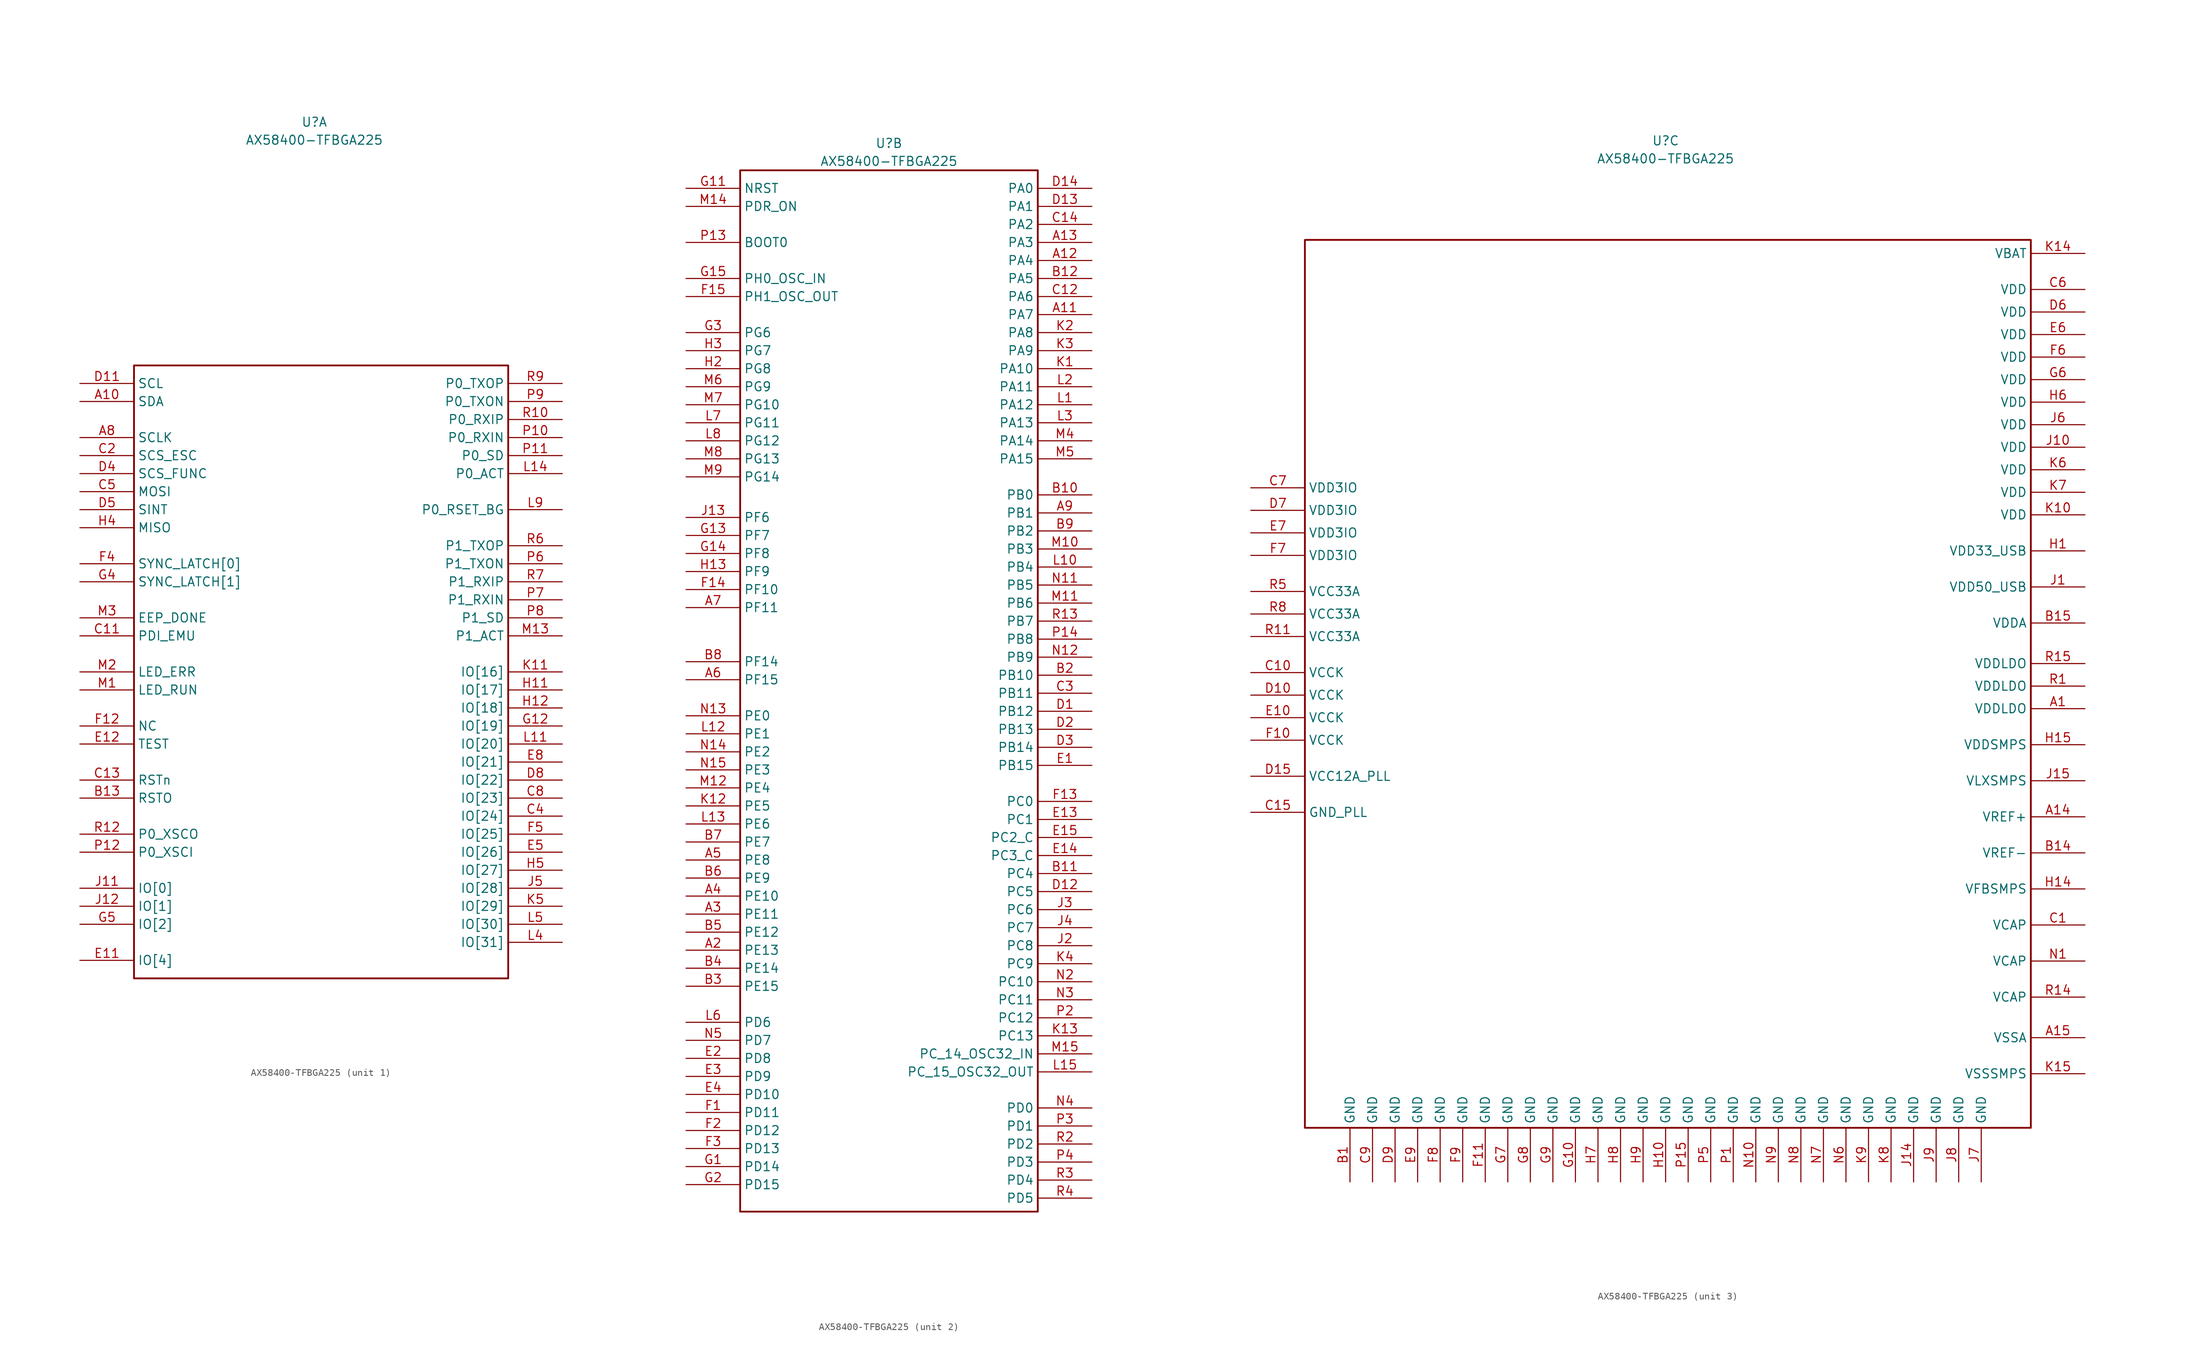
<source format=kicad_sym>
(kicad_symbol_lib
  (version 20220914)
  (generator kicad_symbol_editor)
  (symbol "AX58400-TFBGA225"
    (property "Reference" "U"
      (at 0 76.2 0)
      (effects (font (size 1.27 1.27))))
    (property "Value" "AX58400-TFBGA225"
      (at 0 73.66 0)
      (effects (font (size 1.27 1.27))))
    (property "ki_locked" ""
      (at 0 0 0)
      (effects (font (size 1.27 1.27))))
    (symbol "AX58400-TFBGA225_1_1"
      (rectangle (start -25.4 41.91) (end 27.305 -44.45) (stroke (width 0.254) (type default)) (fill (type none)))
      (pin bidirectional line (at -33.02 36.83 0) (length 7.62) (name "SDA" (effects (font (size 1.27 1.27)))) (number "A10" (effects (font (size 1.27 1.27)))))
      (pin input line (at -33.02 31.75 0) (length 7.62) (name "SCLK" (effects (font (size 1.27 1.27)))) (number "A8" (effects (font (size 1.27 1.27)))))
      (pin output line (at -33.02 -19.05 0) (length 7.62) (name "RSTO" (effects (font (size 1.27 1.27)))) (number "B13" (effects (font (size 1.27 1.27)))))
      (pin input line (at -33.02 3.81 0) (length 7.62) (name "PDI_EMU" (effects (font (size 1.27 1.27)))) (number "C11" (effects (font (size 1.27 1.27)))))
      (pin input line (at -33.02 -16.51 0) (length 7.62) (name "RSTn" (effects (font (size 1.27 1.27)))) (number "C13" (effects (font (size 1.27 1.27)))))
      (pin bidirectional line (at -33.02 29.21 0) (length 7.62) (name "SCS_ESC" (effects (font (size 1.27 1.27)))) (number "C2" (effects (font (size 1.27 1.27)))))
      (pin bidirectional line (at 34.925 -21.59 180) (length 7.62) (name "IO[24]" (effects (font (size 1.27 1.27)))) (number "C4" (effects (font (size 1.27 1.27)))))
      (pin bidirectional line (at -33.02 24.13 0) (length 7.62) (name "MOSI" (effects (font (size 1.27 1.27)))) (number "C5" (effects (font (size 1.27 1.27)))))
      (pin bidirectional line (at 34.925 -19.05 180) (length 7.62) (name "IO[23]" (effects (font (size 1.27 1.27)))) (number "C8" (effects (font (size 1.27 1.27)))))
      (pin output line (at -33.02 39.37 0) (length 7.62) (name "SCL" (effects (font (size 1.27 1.27)))) (number "D11" (effects (font (size 1.27 1.27)))))
      (pin bidirectional line (at -33.02 26.67 0) (length 7.62) (name "SCS_FUNC" (effects (font (size 1.27 1.27)))) (number "D4" (effects (font (size 1.27 1.27)))))
      (pin output line (at -33.02 21.59 0) (length 7.62) (name "SINT" (effects (font (size 1.27 1.27)))) (number "D5" (effects (font (size 1.27 1.27)))))
      (pin bidirectional line (at 34.925 -16.51 180) (length 7.62) (name "IO[22]" (effects (font (size 1.27 1.27)))) (number "D8" (effects (font (size 1.27 1.27)))))
      (pin bidirectional line (at -33.02 -41.91 0) (length 7.62) (name "IO[4]" (effects (font (size 1.27 1.27)))) (number "E11" (effects (font (size 1.27 1.27)))))
      (pin input line (at -33.02 -11.43 0) (length 7.62) (name "TEST" (effects (font (size 1.27 1.27)))) (number "E12" (effects (font (size 1.27 1.27)))))
      (pin bidirectional line (at 34.925 -26.67 180) (length 7.62) (name "IO[26]" (effects (font (size 1.27 1.27)))) (number "E5" (effects (font (size 1.27 1.27)))))
      (pin bidirectional line (at 34.925 -13.97 180) (length 7.62) (name "IO[21]" (effects (font (size 1.27 1.27)))) (number "E8" (effects (font (size 1.27 1.27)))))
      (pin input line (at -33.02 -8.89 0) (length 7.62) (name "NC" (effects (font (size 1.27 1.27)))) (number "F12" (effects (font (size 1.27 1.27)))))
      (pin bidirectional line (at -33.02 13.97 0) (length 7.62) (name "SYNC_LATCH[0]" (effects (font (size 1.27 1.27)))) (number "F4" (effects (font (size 1.27 1.27)))))
      (pin bidirectional line (at 34.925 -24.13 180) (length 7.62) (name "IO[25]" (effects (font (size 1.27 1.27)))) (number "F5" (effects (font (size 1.27 1.27)))))
      (pin bidirectional line (at 34.925 -8.89 180) (length 7.62) (name "IO[19]" (effects (font (size 1.27 1.27)))) (number "G12" (effects (font (size 1.27 1.27)))))
      (pin bidirectional line (at -33.02 11.43 0) (length 7.62) (name "SYNC_LATCH[1]" (effects (font (size 1.27 1.27)))) (number "G4" (effects (font (size 1.27 1.27)))))
      (pin bidirectional line (at -33.02 -36.83 0) (length 7.62) (name "IO[2]" (effects (font (size 1.27 1.27)))) (number "G5" (effects (font (size 1.27 1.27)))))
      (pin bidirectional line (at 34.925 -3.81 180) (length 7.62) (name "IO[17]" (effects (font (size 1.27 1.27)))) (number "H11" (effects (font (size 1.27 1.27)))))
      (pin bidirectional line (at 34.925 -6.35 180) (length 7.62) (name "IO[18]" (effects (font (size 1.27 1.27)))) (number "H12" (effects (font (size 1.27 1.27)))))
      (pin bidirectional line (at -33.02 19.05 0) (length 7.62) (name "MISO" (effects (font (size 1.27 1.27)))) (number "H4" (effects (font (size 1.27 1.27)))))
      (pin bidirectional line (at 34.925 -29.21 180) (length 7.62) (name "IO[27]" (effects (font (size 1.27 1.27)))) (number "H5" (effects (font (size 1.27 1.27)))))
      (pin bidirectional line (at -33.02 -31.75 0) (length 7.62) (name "IO[0]" (effects (font (size 1.27 1.27)))) (number "J11" (effects (font (size 1.27 1.27)))))
      (pin bidirectional line (at -33.02 -34.29 0) (length 7.62) (name "IO[1]" (effects (font (size 1.27 1.27)))) (number "J12" (effects (font (size 1.27 1.27)))))
      (pin bidirectional line (at 34.925 -31.75 180) (length 7.62) (name "IO[28]" (effects (font (size 1.27 1.27)))) (number "J5" (effects (font (size 1.27 1.27)))))
      (pin bidirectional line (at 34.925 -1.27 180) (length 7.62) (name "IO[16]" (effects (font (size 1.27 1.27)))) (number "K11" (effects (font (size 1.27 1.27)))))
      (pin bidirectional line (at 34.925 -34.29 180) (length 7.62) (name "IO[29]" (effects (font (size 1.27 1.27)))) (number "K5" (effects (font (size 1.27 1.27)))))
      (pin bidirectional line (at 34.925 -11.43 180) (length 7.62) (name "IO[20]" (effects (font (size 1.27 1.27)))) (number "L11" (effects (font (size 1.27 1.27)))))
      (pin output line (at 34.925 26.67 180) (length 7.62) (name "P0_ACT" (effects (font (size 1.27 1.27)))) (number "L14" (effects (font (size 1.27 1.27)))))
      (pin bidirectional line (at 34.925 -39.37 180) (length 7.62) (name "IO[31]" (effects (font (size 1.27 1.27)))) (number "L4" (effects (font (size 1.27 1.27)))))
      (pin bidirectional line (at 34.925 -36.83 180) (length 7.62) (name "IO[30]" (effects (font (size 1.27 1.27)))) (number "L5" (effects (font (size 1.27 1.27)))))
      (pin bidirectional line (at 34.925 21.59 180) (length 7.62) (name "P0_RSET_BG" (effects (font (size 1.27 1.27)))) (number "L9" (effects (font (size 1.27 1.27)))))
      (pin output line (at -33.02 -3.81 0) (length 7.62) (name "LED_RUN" (effects (font (size 1.27 1.27)))) (number "M1" (effects (font (size 1.27 1.27)))))
      (pin output line (at 34.925 3.81 180) (length 7.62) (name "P1_ACT" (effects (font (size 1.27 1.27)))) (number "M13" (effects (font (size 1.27 1.27)))))
      (pin output line (at -33.02 -1.27 0) (length 7.62) (name "LED_ERR" (effects (font (size 1.27 1.27)))) (number "M2" (effects (font (size 1.27 1.27)))))
      (pin output line (at -33.02 6.35 0) (length 7.62) (name "EEP_DONE" (effects (font (size 1.27 1.27)))) (number "M3" (effects (font (size 1.27 1.27)))))
      (pin input line (at 34.925 31.75 180) (length 7.62) (name "P0_RXIN" (effects (font (size 1.27 1.27)))) (number "P10" (effects (font (size 1.27 1.27)))))
      (pin input line (at 34.925 29.21 180) (length 7.62) (name "P0_SD" (effects (font (size 1.27 1.27)))) (number "P11" (effects (font (size 1.27 1.27)))))
      (pin input line (at -33.02 -26.67 0) (length 7.62) (name "P0_XSCI" (effects (font (size 1.27 1.27)))) (number "P12" (effects (font (size 1.27 1.27)))))
      (pin output line (at 34.925 13.97 180) (length 7.62) (name "P1_TXON" (effects (font (size 1.27 1.27)))) (number "P6" (effects (font (size 1.27 1.27)))))
      (pin input line (at 34.925 8.89 180) (length 7.62) (name "P1_RXIN" (effects (font (size 1.27 1.27)))) (number "P7" (effects (font (size 1.27 1.27)))))
      (pin input line (at 34.925 6.35 180) (length 7.62) (name "P1_SD" (effects (font (size 1.27 1.27)))) (number "P8" (effects (font (size 1.27 1.27)))))
      (pin output line (at 34.925 36.83 180) (length 7.62) (name "P0_TXON" (effects (font (size 1.27 1.27)))) (number "P9" (effects (font (size 1.27 1.27)))))
      (pin input line (at 34.925 34.29 180) (length 7.62) (name "P0_RXIP" (effects (font (size 1.27 1.27)))) (number "R10" (effects (font (size 1.27 1.27)))))
      (pin bidirectional line (at -33.02 -24.13 0) (length 7.62) (name "P0_XSCO" (effects (font (size 1.27 1.27)))) (number "R12" (effects (font (size 1.27 1.27)))))
      (pin output line (at 34.925 16.51 180) (length 7.62) (name "P1_TXOP" (effects (font (size 1.27 1.27)))) (number "R6" (effects (font (size 1.27 1.27)))))
      (pin input line (at 34.925 11.43 180) (length 7.62) (name "P1_RXIP" (effects (font (size 1.27 1.27)))) (number "R7" (effects (font (size 1.27 1.27)))))
      (pin output line (at 34.925 39.37 180) (length 7.62) (name "P0_TXOP" (effects (font (size 1.27 1.27)))) (number "R9" (effects (font (size 1.27 1.27))))))
    (symbol "AX58400-TFBGA225_2_1"
      (rectangle (start -20.955 72.39) (end 20.955 -74.295) (stroke (width 0.254) (type default)) (fill (type none)))
      (pin bidirectional line (at 28.575 52.07 180) (length 7.62) (name "PA7" (effects (font (size 1.27 1.27)))) (number "A11" (effects (font (size 1.27 1.27)))) (alternate "ADC1_INN3" bidirectional line) (alternate "ADC1_INP7" bidirectional line) (alternate "ADC2_INN3" bidirectional line) (alternate "ADC2_INP7" bidirectional line) (alternate "ETH_CRS_DV" bidirectional line) (alternate "ETH_RX_DV" bidirectional line) (alternate "FMC_SDNWE" bidirectional line) (alternate "I2S1_SDO" bidirectional line) (alternate "OPAMP1_VINM" bidirectional line) (alternate "OPAMP1_VINM1" bidirectional line) (alternate "SPI1_MOSI" bidirectional line) (alternate "SPI6_MOSI" bidirectional line) (alternate "TIM14_CH1" bidirectional line) (alternate "TIM1_CH1N" bidirectional line) (alternate "TIM3_CH2" bidirectional line) (alternate "TIM8_CH1N" bidirectional line))
      (pin bidirectional line (at 28.575 59.69 180) (length 7.62) (name "PA4" (effects (font (size 1.27 1.27)))) (number "A12" (effects (font (size 1.27 1.27)))) (alternate "ADC1_INP18" bidirectional line) (alternate "ADC2_INP18" bidirectional line) (alternate "DAC1_OUT1" bidirectional line) (alternate "DCMI_HSYNC" bidirectional line) (alternate "I2S1_WS" bidirectional line) (alternate "I2S3_WS" bidirectional line) (alternate "LTDC_VSYNC" bidirectional line) (alternate "SPI1_NSS" bidirectional line) (alternate "SPI3_NSS" bidirectional line) (alternate "SPI6_NSS" bidirectional line) (alternate "TIM5_ETR" bidirectional line) (alternate "USART2_CK" bidirectional line) (alternate "USB_OTG_HS_SOF" bidirectional line))
      (pin bidirectional line (at 28.575 62.23 180) (length 7.62) (name "PA3" (effects (font (size 1.27 1.27)))) (number "A13" (effects (font (size 1.27 1.27)))) (alternate "ADC1_INP15" bidirectional line) (alternate "ADC2_INP15" bidirectional line) (alternate "ETH_COL" bidirectional line) (alternate "LPTIM5_OUT" bidirectional line) (alternate "LTDC_B2" bidirectional line) (alternate "LTDC_B5" bidirectional line) (alternate "TIM15_CH2" bidirectional line) (alternate "TIM2_CH4" bidirectional line) (alternate "TIM5_CH4" bidirectional line) (alternate "USART2_RX" bidirectional line) (alternate "USB_OTG_HS_ULPI_D0" bidirectional line))
      (pin bidirectional line (at -28.575 -37.465 0) (length 7.62) (name "PE13" (effects (font (size 1.27 1.27)))) (number "A2" (effects (font (size 1.27 1.27)))) (alternate "COMP2_OUT" bidirectional line) (alternate "DFSDM1_CKIN5" bidirectional line) (alternate "FMC_D10" bidirectional line) (alternate "FMC_DA10" bidirectional line) (alternate "LTDC_DE" bidirectional line) (alternate "SAI2_FS_B" bidirectional line) (alternate "SPI4_MISO" bidirectional line) (alternate "TIM1_CH3" bidirectional line))
      (pin bidirectional line (at -28.575 -32.385 0) (length 7.62) (name "PE11" (effects (font (size 1.27 1.27)))) (number "A3" (effects (font (size 1.27 1.27)))) (alternate "ADC1_EXTI11" bidirectional line) (alternate "ADC2_EXTI11" bidirectional line) (alternate "ADC3_EXTI11" bidirectional line) (alternate "COMP2_INP" bidirectional line) (alternate "DFSDM1_CKIN4" bidirectional line) (alternate "FMC_D8" bidirectional line) (alternate "FMC_DA8" bidirectional line) (alternate "LTDC_G3" bidirectional line) (alternate "SAI2_SD_B" bidirectional line) (alternate "SPI4_NSS" bidirectional line) (alternate "TIM1_CH2" bidirectional line))
      (pin bidirectional line (at -28.575 -29.845 0) (length 7.62) (name "PE10" (effects (font (size 1.27 1.27)))) (number "A4" (effects (font (size 1.27 1.27)))) (alternate "COMP2_INM" bidirectional line) (alternate "DFSDM1_DATIN4" bidirectional line) (alternate "FMC_D7" bidirectional line) (alternate "FMC_DA7" bidirectional line) (alternate "QUADSPI_BK2_IO3" bidirectional line) (alternate "TIM1_CH2N" bidirectional line) (alternate "UART7_CTS" bidirectional line))
      (pin bidirectional line (at -28.575 -24.765 0) (length 7.62) (name "PE8" (effects (font (size 1.27 1.27)))) (number "A5" (effects (font (size 1.27 1.27)))) (alternate "COMP2_OUT" bidirectional line) (alternate "DFSDM1_CKIN2" bidirectional line) (alternate "FMC_D5" bidirectional line) (alternate "FMC_DA5" bidirectional line) (alternate "OPAMP2_VINM" bidirectional line) (alternate "OPAMP2_VINM0" bidirectional line) (alternate "QUADSPI_BK2_IO1" bidirectional line) (alternate "TIM1_CH1N" bidirectional line) (alternate "UART7_TX" bidirectional line))
      (pin bidirectional line (at -28.575 0.635 0) (length 7.62) (name "PF15" (effects (font (size 1.27 1.27)))) (number "A6" (effects (font (size 1.27 1.27)))) (alternate "ADC1_EXTI15" bidirectional line) (alternate "ADC2_EXTI15" bidirectional line) (alternate "ADC3_EXTI15" bidirectional line) (alternate "FMC_A9" bidirectional line) (alternate "I2C4_SDA" bidirectional line))
      (pin bidirectional line (at -28.575 10.795 0) (length 7.62) (name "PF11" (effects (font (size 1.27 1.27)))) (number "A7" (effects (font (size 1.27 1.27)))) (alternate "ADC1_EXTI11" bidirectional line) (alternate "ADC1_INP2" bidirectional line) (alternate "ADC2_EXTI11" bidirectional line) (alternate "ADC3_EXTI11" bidirectional line) (alternate "DCMI_D12" bidirectional line) (alternate "FMC_SDNRAS" bidirectional line) (alternate "SAI2_SD_B" bidirectional line) (alternate "SPI5_MOSI" bidirectional line))
      (pin bidirectional line (at 28.575 24.13 180) (length 7.62) (name "PB1" (effects (font (size 1.27 1.27)))) (number "A9" (effects (font (size 1.27 1.27)))) (alternate "ADC1_INP5" bidirectional line) (alternate "ADC2_INP5" bidirectional line) (alternate "COMP1_INM" bidirectional line) (alternate "DFSDM1_DATIN1" bidirectional line) (alternate "ETH_RXD3" bidirectional line) (alternate "LTDC_G0" bidirectional line) (alternate "LTDC_R6" bidirectional line) (alternate "TIM1_CH3N" bidirectional line) (alternate "TIM3_CH4" bidirectional line) (alternate "TIM8_CH3N" bidirectional line) (alternate "USB_OTG_HS_ULPI_D2" bidirectional line))
      (pin bidirectional line (at 28.575 26.67 180) (length 7.62) (name "PB0" (effects (font (size 1.27 1.27)))) (number "B10" (effects (font (size 1.27 1.27)))) (alternate "ADC1_INN5" bidirectional line) (alternate "ADC1_INP9" bidirectional line) (alternate "ADC2_INN5" bidirectional line) (alternate "ADC2_INP9" bidirectional line) (alternate "COMP1_INP" bidirectional line) (alternate "DFSDM1_CKOUT" bidirectional line) (alternate "ETH_RXD2" bidirectional line) (alternate "LTDC_G1" bidirectional line) (alternate "LTDC_R3" bidirectional line) (alternate "OPAMP1_VINP" bidirectional line) (alternate "TIM1_CH2N" bidirectional line) (alternate "TIM3_CH3" bidirectional line) (alternate "TIM8_CH2N" bidirectional line) (alternate "UART4_CTS" bidirectional line) (alternate "USB_OTG_HS_ULPI_D1" bidirectional line))
      (pin bidirectional line (at 28.575 -26.67 180) (length 7.62) (name "PC4" (effects (font (size 1.27 1.27)))) (number "B11" (effects (font (size 1.27 1.27)))) (alternate "ADC1_INP4" bidirectional line) (alternate "ADC2_INP4" bidirectional line) (alternate "COMP1_INM" bidirectional line) (alternate "DFSDM1_CKIN2" bidirectional line) (alternate "ETH_RXD0" bidirectional line) (alternate "FMC_SDNE0" bidirectional line) (alternate "I2S1_MCK" bidirectional line) (alternate "OPAMP1_VOUT" bidirectional line) (alternate "SPDIFRX1_IN2" bidirectional line))
      (pin bidirectional line (at 28.575 57.15 180) (length 7.62) (name "PA5" (effects (font (size 1.27 1.27)))) (number "B12" (effects (font (size 1.27 1.27)))) (alternate "ADC1_INN18" bidirectional line) (alternate "ADC1_INP19" bidirectional line) (alternate "ADC2_INN18" bidirectional line) (alternate "ADC2_INP19" bidirectional line) (alternate "DAC1_OUT2" bidirectional line) (alternate "I2S1_CK" bidirectional line) (alternate "LTDC_R4" bidirectional line) (alternate "PWR_NDSTOP2" bidirectional line) (alternate "SPI1_SCK" bidirectional line) (alternate "SPI6_SCK" bidirectional line) (alternate "TIM2_CH1" bidirectional line) (alternate "TIM2_ETR" bidirectional line) (alternate "TIM8_CH1N" bidirectional line) (alternate "USB_OTG_HS_ULPI_CK" bidirectional line))
      (pin bidirectional line (at 28.575 1.27 180) (length 7.62) (name "PB10" (effects (font (size 1.27 1.27)))) (number "B2" (effects (font (size 1.27 1.27)))) (alternate "DFSDM1_DATIN7" bidirectional line) (alternate "ETH_RX_ER" bidirectional line) (alternate "HRTIM_SCOUT" bidirectional line) (alternate "I2C2_SCL" bidirectional line) (alternate "I2S2_CK" bidirectional line) (alternate "LPTIM2_IN1" bidirectional line) (alternate "LTDC_G4" bidirectional line) (alternate "QUADSPI_BK1_NCS" bidirectional line) (alternate "SPI2_SCK" bidirectional line) (alternate "TIM2_CH3" bidirectional line) (alternate "USART3_TX" bidirectional line) (alternate "USB_OTG_HS_ULPI_D3" bidirectional line))
      (pin bidirectional line (at -28.575 -42.545 0) (length 7.62) (name "PE15" (effects (font (size 1.27 1.27)))) (number "B3" (effects (font (size 1.27 1.27)))) (alternate "ADC1_EXTI15" bidirectional line) (alternate "ADC2_EXTI15" bidirectional line) (alternate "ADC3_EXTI15" bidirectional line) (alternate "FMC_D12" bidirectional line) (alternate "FMC_DA12" bidirectional line) (alternate "LTDC_R7" bidirectional line) (alternate "TIM1_BKIN" bidirectional line) (alternate "TIM1_BKIN_COMP1" bidirectional line) (alternate "TIM1_BKIN_COMP2" bidirectional line))
      (pin bidirectional line (at -28.575 -40.005 0) (length 7.62) (name "PE14" (effects (font (size 1.27 1.27)))) (number "B4" (effects (font (size 1.27 1.27)))) (alternate "FMC_D11" bidirectional line) (alternate "FMC_DA11" bidirectional line) (alternate "LTDC_CLK" bidirectional line) (alternate "SAI2_MCLK_B" bidirectional line) (alternate "SPI4_MOSI" bidirectional line) (alternate "TIM1_CH4" bidirectional line))
      (pin bidirectional line (at -28.575 -34.925 0) (length 7.62) (name "PE12" (effects (font (size 1.27 1.27)))) (number "B5" (effects (font (size 1.27 1.27)))) (alternate "COMP1_OUT" bidirectional line) (alternate "DFSDM1_DATIN5" bidirectional line) (alternate "FMC_D9" bidirectional line) (alternate "FMC_DA9" bidirectional line) (alternate "LTDC_B4" bidirectional line) (alternate "SAI2_SCK_B" bidirectional line) (alternate "SPI4_SCK" bidirectional line) (alternate "TIM1_CH3N" bidirectional line))
      (pin bidirectional line (at -28.575 -27.305 0) (length 7.62) (name "PE9" (effects (font (size 1.27 1.27)))) (number "B6" (effects (font (size 1.27 1.27)))) (alternate "COMP2_INP" bidirectional line) (alternate "DAC1_EXTI9" bidirectional line) (alternate "DFSDM1_CKOUT" bidirectional line) (alternate "FMC_D6" bidirectional line) (alternate "FMC_DA6" bidirectional line) (alternate "OPAMP2_VINP" bidirectional line) (alternate "QUADSPI_BK2_IO2" bidirectional line) (alternate "TIM1_CH1" bidirectional line) (alternate "UART7_DE" bidirectional line) (alternate "UART7_RTS" bidirectional line))
      (pin bidirectional line (at -28.575 -22.225 0) (length 7.62) (name "PE7" (effects (font (size 1.27 1.27)))) (number "B7" (effects (font (size 1.27 1.27)))) (alternate "COMP2_INM" bidirectional line) (alternate "DFSDM1_DATIN2" bidirectional line) (alternate "FMC_D4" bidirectional line) (alternate "FMC_DA4" bidirectional line) (alternate "OPAMP2_VOUT" bidirectional line) (alternate "QUADSPI_BK2_IO0" bidirectional line) (alternate "TIM1_ETR" bidirectional line) (alternate "UART7_RX" bidirectional line))
      (pin bidirectional line (at -28.575 3.175 0) (length 7.62) (name "PF14" (effects (font (size 1.27 1.27)))) (number "B8" (effects (font (size 1.27 1.27)))) (alternate "ADC2_INN2" bidirectional line) (alternate "ADC2_INP6" bidirectional line) (alternate "DFSDM1_CKIN6" bidirectional line) (alternate "FMC_A8" bidirectional line) (alternate "I2C4_SCL" bidirectional line))
      (pin bidirectional line (at 28.575 21.59 180) (length 7.62) (name "PB2" (effects (font (size 1.27 1.27)))) (number "B9" (effects (font (size 1.27 1.27)))) (alternate "COMP1_INP" bidirectional line) (alternate "DFSDM1_CKIN1" bidirectional line) (alternate "I2S3_SDO" bidirectional line) (alternate "QUADSPI_CLK" bidirectional line) (alternate "RTC_OUT_ALARM" bidirectional line) (alternate "RTC_OUT_CALIB" bidirectional line) (alternate "SAI1_D1" bidirectional line) (alternate "SAI1_SD_A" bidirectional line) (alternate "SAI4_D1" bidirectional line) (alternate "SAI4_SD_A" bidirectional line) (alternate "SPI3_MOSI" bidirectional line))
      (pin bidirectional line (at 28.575 54.61 180) (length 7.62) (name "PA6" (effects (font (size 1.27 1.27)))) (number "C12" (effects (font (size 1.27 1.27)))) (alternate "ADC1_INP3" bidirectional line) (alternate "ADC2_INP3" bidirectional line) (alternate "DCMI_PIXCLK" bidirectional line) (alternate "I2S1_SDI" bidirectional line) (alternate "LTDC_G2" bidirectional line) (alternate "MDIOS_MDC" bidirectional line) (alternate "SPI1_MISO" bidirectional line) (alternate "SPI6_MISO" bidirectional line) (alternate "TIM13_CH1" bidirectional line) (alternate "TIM1_BKIN" bidirectional line) (alternate "TIM1_BKIN_COMP1" bidirectional line) (alternate "TIM1_BKIN_COMP2" bidirectional line) (alternate "TIM3_CH1" bidirectional line) (alternate "TIM8_BKIN" bidirectional line) (alternate "TIM8_BKIN_COMP1" bidirectional line) (alternate "TIM8_BKIN_COMP2" bidirectional line))
      (pin bidirectional line (at 28.575 64.77 180) (length 7.62) (name "PA2" (effects (font (size 1.27 1.27)))) (number "C14" (effects (font (size 1.27 1.27)))) (alternate "ADC1_INP14" bidirectional line) (alternate "ADC2_INP14" bidirectional line) (alternate "ETH_MDIO" bidirectional line) (alternate "LPTIM4_OUT" bidirectional line) (alternate "LTDC_R1" bidirectional line) (alternate "MDIOS_MDIO" bidirectional line) (alternate "PWR_WKUP1" bidirectional line) (alternate "SAI2_SCK_B" bidirectional line) (alternate "TIM15_CH1" bidirectional line) (alternate "TIM2_CH3" bidirectional line) (alternate "TIM5_CH3" bidirectional line) (alternate "USART2_TX" bidirectional line))
      (pin bidirectional line (at 28.575 -1.27 180) (length 7.62) (name "PB11" (effects (font (size 1.27 1.27)))) (number "C3" (effects (font (size 1.27 1.27)))) (alternate "ADC1_EXTI11" bidirectional line) (alternate "ADC2_EXTI11" bidirectional line) (alternate "ADC3_EXTI11" bidirectional line) (alternate "DFSDM1_CKIN7" bidirectional line) (alternate "ETH_TX_EN" bidirectional line) (alternate "HRTIM_SCIN" bidirectional line) (alternate "I2C2_SDA" bidirectional line) (alternate "LPTIM2_ETR" bidirectional line) (alternate "LTDC_G5" bidirectional line) (alternate "TIM2_CH4" bidirectional line) (alternate "USART3_RX" bidirectional line) (alternate "USB_OTG_HS_ULPI_D4" bidirectional line))
      (pin bidirectional line (at 28.575 -3.81 180) (length 7.62) (name "PB12" (effects (font (size 1.27 1.27)))) (number "D1" (effects (font (size 1.27 1.27)))) (alternate "DFSDM1_DATIN1" bidirectional line) (alternate "ETH_TXD0" bidirectional line) (alternate "FDCAN2_RX" bidirectional line) (alternate "I2C2_SMBA" bidirectional line) (alternate "I2S2_WS" bidirectional line) (alternate "SPI2_NSS" bidirectional line) (alternate "TIM1_BKIN" bidirectional line) (alternate "TIM1_BKIN_COMP1" bidirectional line) (alternate "TIM1_BKIN_COMP2" bidirectional line) (alternate "UART5_RX" bidirectional line) (alternate "USART3_CK" bidirectional line) (alternate "USB_OTG_HS_ID" bidirectional line) (alternate "USB_OTG_HS_ULPI_D5" bidirectional line))
      (pin bidirectional line (at 28.575 -29.21 180) (length 7.62) (name "PC5" (effects (font (size 1.27 1.27)))) (number "D12" (effects (font (size 1.27 1.27)))) (alternate "ADC1_INN4" bidirectional line) (alternate "ADC1_INP8" bidirectional line) (alternate "ADC2_INN4" bidirectional line) (alternate "ADC2_INP8" bidirectional line) (alternate "COMP1_OUT" bidirectional line) (alternate "DFSDM1_DATIN2" bidirectional line) (alternate "ETH_RXD1" bidirectional line) (alternate "FMC_SDCKE0" bidirectional line) (alternate "OPAMP1_VINM" bidirectional line) (alternate "OPAMP1_VINM0" bidirectional line) (alternate "SAI1_D3" bidirectional line) (alternate "SAI4_D3" bidirectional line) (alternate "SPDIFRX1_IN3" bidirectional line))
      (pin bidirectional line (at 28.575 67.31 180) (length 7.62) (name "PA1" (effects (font (size 1.27 1.27)))) (number "D13" (effects (font (size 1.27 1.27)))) (alternate "ADC1_INN16" bidirectional line) (alternate "ADC1_INP17" bidirectional line) (alternate "ETH_REF_CLK" bidirectional line) (alternate "ETH_RX_CLK" bidirectional line) (alternate "LPTIM3_OUT" bidirectional line) (alternate "LTDC_R2" bidirectional line) (alternate "QUADSPI_BK1_IO3" bidirectional line) (alternate "SAI2_MCLK_B" bidirectional line) (alternate "TIM15_CH1N" bidirectional line) (alternate "TIM2_CH2" bidirectional line) (alternate "TIM5_CH2" bidirectional line) (alternate "UART4_RX" bidirectional line) (alternate "USART2_DE" bidirectional line) (alternate "USART2_RTS" bidirectional line))
      (pin bidirectional line (at 28.575 69.85 180) (length 7.62) (name "PA0" (effects (font (size 1.27 1.27)))) (number "D14" (effects (font (size 1.27 1.27)))) (alternate "ADC1_INP16" bidirectional line) (alternate "ETH_CRS" bidirectional line) (alternate "PWR_WKUP0" bidirectional line) (alternate "SAI2_SD_B" bidirectional line) (alternate "SDMMC2_CMD" bidirectional line) (alternate "TIM15_BKIN" bidirectional line) (alternate "TIM2_CH1" bidirectional line) (alternate "TIM2_ETR" bidirectional line) (alternate "TIM5_CH1" bidirectional line) (alternate "TIM8_ETR" bidirectional line) (alternate "UART4_TX" bidirectional line) (alternate "USART2_CTS" bidirectional line) (alternate "USART2_NSS" bidirectional line))
      (pin bidirectional line (at 28.575 -6.35 180) (length 7.62) (name "PB13" (effects (font (size 1.27 1.27)))) (number "D2" (effects (font (size 1.27 1.27)))) (alternate "DFSDM1_CKIN1" bidirectional line) (alternate "ETH_TXD1" bidirectional line) (alternate "FDCAN2_TX" bidirectional line) (alternate "I2S2_CK" bidirectional line) (alternate "LPTIM2_OUT" bidirectional line) (alternate "SPI2_SCK" bidirectional line) (alternate "TIM1_CH1N" bidirectional line) (alternate "UART5_TX" bidirectional line) (alternate "USART3_CTS" bidirectional line) (alternate "USART3_NSS" bidirectional line) (alternate "USB_OTG_HS_ULPI_D6" bidirectional line) (alternate "USB_OTG_HS_VBUS" bidirectional line))
      (pin bidirectional line (at 28.575 -8.89 180) (length 7.62) (name "PB14" (effects (font (size 1.27 1.27)))) (number "D3" (effects (font (size 1.27 1.27)))) (alternate "DFSDM1_DATIN2" bidirectional line) (alternate "I2S2_SDI" bidirectional line) (alternate "SDMMC2_D0" bidirectional line) (alternate "SPI2_MISO" bidirectional line) (alternate "TIM12_CH1" bidirectional line) (alternate "TIM1_CH2N" bidirectional line) (alternate "TIM8_CH2N" bidirectional line) (alternate "UART4_DE" bidirectional line) (alternate "UART4_RTS" bidirectional line) (alternate "USART1_TX" bidirectional line) (alternate "USART3_DE" bidirectional line) (alternate "USART3_RTS" bidirectional line) (alternate "USB_OTG_HS_DM" bidirectional line))
      (pin bidirectional line (at 28.575 -11.43 180) (length 7.62) (name "PB15" (effects (font (size 1.27 1.27)))) (number "E1" (effects (font (size 1.27 1.27)))) (alternate "ADC1_EXTI15" bidirectional line) (alternate "ADC2_EXTI15" bidirectional line) (alternate "ADC3_EXTI15" bidirectional line) (alternate "DFSDM1_CKIN2" bidirectional line) (alternate "I2S2_SDO" bidirectional line) (alternate "RTC_REFIN" bidirectional line) (alternate "SDMMC2_D1" bidirectional line) (alternate "SPI2_MOSI" bidirectional line) (alternate "TIM12_CH2" bidirectional line) (alternate "TIM1_CH3N" bidirectional line) (alternate "TIM8_CH3N" bidirectional line) (alternate "UART4_CTS" bidirectional line) (alternate "USART1_RX" bidirectional line) (alternate "USB_OTG_HS_DP" bidirectional line))
      (pin bidirectional line (at 28.575 -19.05 180) (length 7.62) (name "PC1" (effects (font (size 1.27 1.27)))) (number "E13" (effects (font (size 1.27 1.27)))) (alternate "ADC1_INN10" bidirectional line) (alternate "ADC1_INP11" bidirectional line) (alternate "ADC2_INN10" bidirectional line) (alternate "ADC2_INP11" bidirectional line) (alternate "ADC3_INN10" bidirectional line) (alternate "ADC3_INP11" bidirectional line) (alternate "DEBUG_TRACED0" bidirectional line) (alternate "DFSDM1_CKIN4" bidirectional line) (alternate "DFSDM1_DATIN0" bidirectional line) (alternate "ETH_MDC" bidirectional line) (alternate "I2S2_SDO" bidirectional line) (alternate "MDIOS_MDC" bidirectional line) (alternate "PWR_WKUP5" bidirectional line) (alternate "RTC_TAMP3" bidirectional line) (alternate "SAI1_D1" bidirectional line) (alternate "SAI1_SD_A" bidirectional line) (alternate "SAI4_D1" bidirectional line) (alternate "SAI4_SD_A" bidirectional line) (alternate "SDMMC2_CK" bidirectional line) (alternate "SPI2_MOSI" bidirectional line))
      (pin bidirectional line (at 28.575 -24.13 180) (length 7.62) (name "PC3_C" (effects (font (size 1.27 1.27)))) (number "E14" (effects (font (size 1.27 1.27)))) (alternate "ADC3_INP1" bidirectional line) (alternate "DFSDM1_DATIN1" bidirectional line) (alternate "ETH_TX_CLK" bidirectional line) (alternate "FMC_SDCKE0" bidirectional line) (alternate "I2S2_SDO" bidirectional line) (alternate "PWR_CSLEEP" bidirectional line) (alternate "SPI2_MOSI" bidirectional line) (alternate "USB_OTG_HS_ULPI_NXT" bidirectional line))
      (pin bidirectional line (at 28.575 -21.59 180) (length 7.62) (name "PC2_C" (effects (font (size 1.27 1.27)))) (number "E15" (effects (font (size 1.27 1.27)))) (alternate "ADC3_INN1" bidirectional line) (alternate "ADC3_INP0" bidirectional line) (alternate "DFSDM1_CKIN1" bidirectional line) (alternate "DFSDM1_CKOUT" bidirectional line) (alternate "ETH_TXD2" bidirectional line) (alternate "FMC_SDNE0" bidirectional line) (alternate "I2S2_SDI" bidirectional line) (alternate "PWR_CSTOP" bidirectional line) (alternate "SPI2_MISO" bidirectional line) (alternate "USB_OTG_HS_ULPI_DIR" bidirectional line))
      (pin bidirectional line (at -28.575 -52.705 0) (length 7.62) (name "PD8" (effects (font (size 1.27 1.27)))) (number "E2" (effects (font (size 1.27 1.27)))) (alternate "DFSDM1_CKIN3" bidirectional line) (alternate "FMC_D13" bidirectional line) (alternate "FMC_DA13" bidirectional line) (alternate "SAI3_SCK_B" bidirectional line) (alternate "SPDIFRX1_IN1" bidirectional line) (alternate "USART3_TX" bidirectional line))
      (pin bidirectional line (at -28.575 -55.245 0) (length 7.62) (name "PD9" (effects (font (size 1.27 1.27)))) (number "E3" (effects (font (size 1.27 1.27)))) (alternate "DAC1_EXTI9" bidirectional line) (alternate "DFSDM1_DATIN3" bidirectional line) (alternate "FMC_D14" bidirectional line) (alternate "FMC_DA14" bidirectional line) (alternate "SAI3_SD_B" bidirectional line) (alternate "USART3_RX" bidirectional line))
      (pin bidirectional line (at -28.575 -57.785 0) (length 7.62) (name "PD10" (effects (font (size 1.27 1.27)))) (number "E4" (effects (font (size 1.27 1.27)))) (alternate "DFSDM1_CKOUT" bidirectional line) (alternate "FMC_D15" bidirectional line) (alternate "FMC_DA15" bidirectional line) (alternate "LTDC_B3" bidirectional line) (alternate "SAI3_FS_B" bidirectional line) (alternate "USART3_CK" bidirectional line))
      (pin bidirectional line (at -28.575 -60.325 0) (length 7.62) (name "PD11" (effects (font (size 1.27 1.27)))) (number "F1" (effects (font (size 1.27 1.27)))) (alternate "ADC1_EXTI11" bidirectional line) (alternate "ADC2_EXTI11" bidirectional line) (alternate "ADC3_EXTI11" bidirectional line) (alternate "FMC_A16" bidirectional line) (alternate "FMC_CLE" bidirectional line) (alternate "I2C4_SMBA" bidirectional line) (alternate "LPTIM2_IN2" bidirectional line) (alternate "QUADSPI_BK1_IO0" bidirectional line) (alternate "SAI2_SD_A" bidirectional line) (alternate "USART3_CTS" bidirectional line) (alternate "USART3_NSS" bidirectional line))
      (pin bidirectional line (at 28.575 -16.51 180) (length 7.62) (name "PC0" (effects (font (size 1.27 1.27)))) (number "F13" (effects (font (size 1.27 1.27)))) (alternate "ADC1_INP10" bidirectional line) (alternate "ADC2_INP10" bidirectional line) (alternate "ADC3_INP10" bidirectional line) (alternate "DFSDM1_CKIN0" bidirectional line) (alternate "DFSDM1_DATIN4" bidirectional line) (alternate "FMC_SDNWE" bidirectional line) (alternate "LTDC_R5" bidirectional line) (alternate "SAI2_FS_B" bidirectional line) (alternate "USB_OTG_HS_ULPI_STP" bidirectional line))
      (pin bidirectional line (at -28.575 13.335 0) (length 7.62) (name "PF10" (effects (font (size 1.27 1.27)))) (number "F14" (effects (font (size 1.27 1.27)))) (alternate "ADC3_INN2" bidirectional line) (alternate "ADC3_INP6" bidirectional line) (alternate "DCMI_D11" bidirectional line) (alternate "LTDC_DE" bidirectional line) (alternate "QUADSPI_CLK" bidirectional line) (alternate "SAI1_D3" bidirectional line) (alternate "SAI4_D3" bidirectional line) (alternate "TIM16_BKIN" bidirectional line))
      (pin bidirectional line (at -28.575 54.61 0) (length 7.62) (name "PH1_OSC_OUT" (effects (font (size 1.27 1.27)))) (number "F15" (effects (font (size 1.27 1.27)))) (alternate "RCC_OSC_OUT" bidirectional line))
      (pin bidirectional line (at -28.575 -62.865 0) (length 7.62) (name "PD12" (effects (font (size 1.27 1.27)))) (number "F2" (effects (font (size 1.27 1.27)))) (alternate "FMC_A17" bidirectional line) (alternate "FMC_ALE" bidirectional line) (alternate "I2C4_SCL" bidirectional line) (alternate "LPTIM1_IN1" bidirectional line) (alternate "LPTIM2_IN1" bidirectional line) (alternate "QUADSPI_BK1_IO1" bidirectional line) (alternate "SAI2_FS_A" bidirectional line) (alternate "TIM4_CH1" bidirectional line) (alternate "USART3_DE" bidirectional line) (alternate "USART3_RTS" bidirectional line))
      (pin bidirectional line (at -28.575 -65.405 0) (length 7.62) (name "PD13" (effects (font (size 1.27 1.27)))) (number "F3" (effects (font (size 1.27 1.27)))) (alternate "FMC_A18" bidirectional line) (alternate "I2C4_SDA" bidirectional line) (alternate "LPTIM1_OUT" bidirectional line) (alternate "QUADSPI_BK1_IO3" bidirectional line) (alternate "SAI2_SCK_A" bidirectional line) (alternate "TIM4_CH2" bidirectional line))
      (pin bidirectional line (at -28.575 -67.945 0) (length 7.62) (name "PD14" (effects (font (size 1.27 1.27)))) (number "G1" (effects (font (size 1.27 1.27)))) (alternate "FMC_D0" bidirectional line) (alternate "FMC_DA0" bidirectional line) (alternate "SAI3_MCLK_B" bidirectional line) (alternate "TIM4_CH3" bidirectional line) (alternate "UART8_CTS" bidirectional line))
      (pin input line (at -28.575 69.85 0) (length 7.62) (name "NRST" (effects (font (size 1.27 1.27)))) (number "G11" (effects (font (size 1.27 1.27)))))
      (pin bidirectional line (at -28.575 20.955 0) (length 7.62) (name "PF7" (effects (font (size 1.27 1.27)))) (number "G13" (effects (font (size 1.27 1.27)))) (alternate "ADC3_INP3" bidirectional line) (alternate "QUADSPI_BK1_IO2" bidirectional line) (alternate "SAI1_MCLK_B" bidirectional line) (alternate "SAI4_MCLK_B" bidirectional line) (alternate "SPI5_SCK" bidirectional line) (alternate "TIM17_CH1" bidirectional line) (alternate "UART7_TX" bidirectional line))
      (pin bidirectional line (at -28.575 18.415 0) (length 7.62) (name "PF8" (effects (font (size 1.27 1.27)))) (number "G14" (effects (font (size 1.27 1.27)))) (alternate "ADC3_INN3" bidirectional line) (alternate "ADC3_INP7" bidirectional line) (alternate "QUADSPI_BK1_IO0" bidirectional line) (alternate "SAI1_SCK_B" bidirectional line) (alternate "SAI4_SCK_B" bidirectional line) (alternate "SPI5_MISO" bidirectional line) (alternate "TIM13_CH1" bidirectional line) (alternate "TIM16_CH1N" bidirectional line) (alternate "UART7_DE" bidirectional line) (alternate "UART7_RTS" bidirectional line))
      (pin bidirectional line (at -28.575 57.15 0) (length 7.62) (name "PH0_OSC_IN" (effects (font (size 1.27 1.27)))) (number "G15" (effects (font (size 1.27 1.27)))) (alternate "RCC_OSC_IN" bidirectional line))
      (pin bidirectional line (at -28.575 -70.485 0) (length 7.62) (name "PD15" (effects (font (size 1.27 1.27)))) (number "G2" (effects (font (size 1.27 1.27)))) (alternate "ADC1_EXTI15" bidirectional line) (alternate "ADC2_EXTI15" bidirectional line) (alternate "ADC3_EXTI15" bidirectional line) (alternate "FMC_D1" bidirectional line) (alternate "FMC_DA1" bidirectional line) (alternate "SAI3_MCLK_A" bidirectional line) (alternate "TIM4_CH4" bidirectional line) (alternate "UART8_DE" bidirectional line) (alternate "UART8_RTS" bidirectional line))
      (pin bidirectional line (at -28.575 49.53 0) (length 7.62) (name "PG6" (effects (font (size 1.27 1.27)))) (number "G3" (effects (font (size 1.27 1.27)))) (alternate "DCMI_D12" bidirectional line) (alternate "FMC_NE3" bidirectional line) (alternate "HRTIM_CHE1" bidirectional line) (alternate "LTDC_R7" bidirectional line) (alternate "QUADSPI_BK1_NCS" bidirectional line) (alternate "TIM17_BKIN" bidirectional line))
      (pin bidirectional line (at -28.575 15.875 0) (length 7.62) (name "PF9" (effects (font (size 1.27 1.27)))) (number "H13" (effects (font (size 1.27 1.27)))) (alternate "ADC3_INP2" bidirectional line) (alternate "DAC1_EXTI9" bidirectional line) (alternate "QUADSPI_BK1_IO1" bidirectional line) (alternate "SAI1_FS_B" bidirectional line) (alternate "SAI4_FS_B" bidirectional line) (alternate "SPI5_MOSI" bidirectional line) (alternate "TIM14_CH1" bidirectional line) (alternate "TIM17_CH1N" bidirectional line) (alternate "UART7_CTS" bidirectional line))
      (pin bidirectional line (at -28.575 44.45 0) (length 7.62) (name "PG8" (effects (font (size 1.27 1.27)))) (number "H2" (effects (font (size 1.27 1.27)))) (alternate "ETH_PPS_OUT" bidirectional line) (alternate "FMC_SDCLK" bidirectional line) (alternate "LTDC_G7" bidirectional line) (alternate "SPDIFRX1_IN2" bidirectional line) (alternate "SPI6_NSS" bidirectional line) (alternate "TIM8_ETR" bidirectional line) (alternate "USART6_DE" bidirectional line) (alternate "USART6_RTS" bidirectional line))
      (pin bidirectional line (at -28.575 46.99 0) (length 7.62) (name "PG7" (effects (font (size 1.27 1.27)))) (number "H3" (effects (font (size 1.27 1.27)))) (alternate "DCMI_D13" bidirectional line) (alternate "FMC_INT" bidirectional line) (alternate "HRTIM_CHE2" bidirectional line) (alternate "LTDC_CLK" bidirectional line) (alternate "SAI1_MCLK_A" bidirectional line) (alternate "USART6_CK" bidirectional line))
      (pin bidirectional line (at -28.575 23.495 0) (length 7.62) (name "PF6" (effects (font (size 1.27 1.27)))) (number "J13" (effects (font (size 1.27 1.27)))) (alternate "ADC3_INN4" bidirectional line) (alternate "ADC3_INP8" bidirectional line) (alternate "QUADSPI_BK1_IO3" bidirectional line) (alternate "SAI1_SD_B" bidirectional line) (alternate "SAI4_SD_B" bidirectional line) (alternate "SPI5_NSS" bidirectional line) (alternate "TIM16_CH1" bidirectional line) (alternate "UART7_RX" bidirectional line))
      (pin bidirectional line (at 28.575 -36.83 180) (length 7.62) (name "PC8" (effects (font (size 1.27 1.27)))) (number "J2" (effects (font (size 1.27 1.27)))) (alternate "DCMI_D2" bidirectional line) (alternate "DEBUG_TRACED1" bidirectional line) (alternate "FMC_NCE" bidirectional line) (alternate "FMC_NE2" bidirectional line) (alternate "HRTIM_CHB1" bidirectional line) (alternate "SDMMC1_D0" bidirectional line) (alternate "SWPMI1_RX" bidirectional line) (alternate "TIM3_CH3" bidirectional line) (alternate "TIM8_CH3" bidirectional line) (alternate "UART5_DE" bidirectional line) (alternate "UART5_RTS" bidirectional line) (alternate "USART6_CK" bidirectional line))
      (pin bidirectional line (at 28.575 -31.75 180) (length 7.62) (name "PC6" (effects (font (size 1.27 1.27)))) (number "J3" (effects (font (size 1.27 1.27)))) (alternate "DCMI_D0" bidirectional line) (alternate "DFSDM1_CKIN3" bidirectional line) (alternate "FMC_NWAIT" bidirectional line) (alternate "HRTIM_CHA1" bidirectional line) (alternate "I2S2_MCK" bidirectional line) (alternate "LTDC_HSYNC" bidirectional line) (alternate "SDMMC1_D0DIR" bidirectional line) (alternate "SDMMC1_D6" bidirectional line) (alternate "SDMMC2_D6" bidirectional line) (alternate "SWPMI1_IO" bidirectional line) (alternate "TIM3_CH1" bidirectional line) (alternate "TIM8_CH1" bidirectional line) (alternate "USART6_TX" bidirectional line))
      (pin bidirectional line (at 28.575 -34.29 180) (length 7.62) (name "PC7" (effects (font (size 1.27 1.27)))) (number "J4" (effects (font (size 1.27 1.27)))) (alternate "DCMI_D1" bidirectional line) (alternate "DEBUG_TRGIO" bidirectional line) (alternate "DFSDM1_DATIN3" bidirectional line) (alternate "FMC_NE1" bidirectional line) (alternate "HRTIM_CHA2" bidirectional line) (alternate "I2S3_MCK" bidirectional line) (alternate "LTDC_G6" bidirectional line) (alternate "SDMMC1_D123DIR" bidirectional line) (alternate "SDMMC1_D7" bidirectional line) (alternate "SDMMC2_D7" bidirectional line) (alternate "SWPMI1_TX" bidirectional line) (alternate "TIM3_CH2" bidirectional line) (alternate "TIM8_CH2" bidirectional line) (alternate "USART6_RX" bidirectional line))
      (pin bidirectional line (at 28.575 44.45 180) (length 7.62) (name "PA10" (effects (font (size 1.27 1.27)))) (number "K1" (effects (font (size 1.27 1.27)))) (alternate "DCMI_D1" bidirectional line) (alternate "HRTIM_CHC2" bidirectional line) (alternate "LPUART1_RX" bidirectional line) (alternate "LTDC_B1" bidirectional line) (alternate "LTDC_B4" bidirectional line) (alternate "MDIOS_MDIO" bidirectional line) (alternate "TIM1_CH3" bidirectional line) (alternate "USART1_RX" bidirectional line) (alternate "USB_OTG_FS_ID" bidirectional line))
      (pin bidirectional line (at -28.575 -17.145 0) (length 7.62) (name "PE5" (effects (font (size 1.27 1.27)))) (number "K12" (effects (font (size 1.27 1.27)))) (alternate "DCMI_D6" bidirectional line) (alternate "DEBUG_TRACED2" bidirectional line) (alternate "DFSDM1_CKIN3" bidirectional line) (alternate "FMC_A21" bidirectional line) (alternate "LTDC_G0" bidirectional line) (alternate "SAI1_CK2" bidirectional line) (alternate "SAI1_SCK_A" bidirectional line) (alternate "SAI4_CK2" bidirectional line) (alternate "SAI4_SCK_A" bidirectional line) (alternate "SPI4_MISO" bidirectional line) (alternate "TIM15_CH1" bidirectional line))
      (pin bidirectional line (at 28.575 -49.53 180) (length 7.62) (name "PC13" (effects (font (size 1.27 1.27)))) (number "K13" (effects (font (size 1.27 1.27)))) (alternate "PWR_WKUP2" bidirectional line) (alternate "RTC_OUT_ALARM" bidirectional line) (alternate "RTC_OUT_CALIB" bidirectional line) (alternate "RTC_TAMP1" bidirectional line) (alternate "RTC_TS" bidirectional line))
      (pin bidirectional line (at 28.575 49.53 180) (length 7.62) (name "PA8" (effects (font (size 1.27 1.27)))) (number "K2" (effects (font (size 1.27 1.27)))) (alternate "HRTIM_CHB2" bidirectional line) (alternate "I2C3_SCL" bidirectional line) (alternate "LTDC_B3" bidirectional line) (alternate "LTDC_R6" bidirectional line) (alternate "RCC_MCO_1" bidirectional line) (alternate "TIM1_CH1" bidirectional line) (alternate "TIM8_BKIN2" bidirectional line) (alternate "TIM8_BKIN2_COMP1" bidirectional line) (alternate "TIM8_BKIN2_COMP2" bidirectional line) (alternate "UART7_RX" bidirectional line) (alternate "USART1_CK" bidirectional line) (alternate "USB_OTG_FS_SOF" bidirectional line))
      (pin bidirectional line (at 28.575 46.99 180) (length 7.62) (name "PA9" (effects (font (size 1.27 1.27)))) (number "K3" (effects (font (size 1.27 1.27)))) (alternate "DAC1_EXTI9" bidirectional line) (alternate "DCMI_D0" bidirectional line) (alternate "HRTIM_CHC1" bidirectional line) (alternate "I2C3_SMBA" bidirectional line) (alternate "I2S2_CK" bidirectional line) (alternate "LPUART1_TX" bidirectional line) (alternate "LTDC_R5" bidirectional line) (alternate "SPI2_SCK" bidirectional line) (alternate "TIM1_CH2" bidirectional line) (alternate "USART1_TX" bidirectional line) (alternate "USB_OTG_FS_VBUS" bidirectional line))
      (pin bidirectional line (at 28.575 -39.37 180) (length 7.62) (name "PC9" (effects (font (size 1.27 1.27)))) (number "K4" (effects (font (size 1.27 1.27)))) (alternate "DAC1_EXTI9" bidirectional line) (alternate "DCMI_D3" bidirectional line) (alternate "I2C3_SDA" bidirectional line) (alternate "I2S_CKIN" bidirectional line) (alternate "LTDC_B2" bidirectional line) (alternate "LTDC_G3" bidirectional line) (alternate "QUADSPI_BK1_IO0" bidirectional line) (alternate "RCC_MCO_2" bidirectional line) (alternate "SDMMC1_D1" bidirectional line) (alternate "SWPMI1_SUSPEND" bidirectional line) (alternate "TIM3_CH4" bidirectional line) (alternate "TIM8_CH4" bidirectional line) (alternate "UART5_CTS" bidirectional line))
      (pin bidirectional line (at 28.575 39.37 180) (length 7.62) (name "PA12" (effects (font (size 1.27 1.27)))) (number "L1" (effects (font (size 1.27 1.27)))) (alternate "FDCAN1_TX" bidirectional line) (alternate "HRTIM_CHD2" bidirectional line) (alternate "I2S2_CK" bidirectional line) (alternate "LPUART1_DE" bidirectional line) (alternate "LPUART1_RTS" bidirectional line) (alternate "LTDC_R5" bidirectional line) (alternate "SAI2_FS_B" bidirectional line) (alternate "SPI2_SCK" bidirectional line) (alternate "TIM1_ETR" bidirectional line) (alternate "UART4_TX" bidirectional line) (alternate "USART1_DE" bidirectional line) (alternate "USART1_RTS" bidirectional line) (alternate "USB_OTG_FS_DP" bidirectional line))
      (pin bidirectional line (at 28.575 16.51 180) (length 7.62) (name "PB4" (effects (font (size 1.27 1.27)))) (number "L10" (effects (font (size 1.27 1.27)))) (alternate "DEBUG_JTRST" bidirectional line) (alternate "HRTIM_EEV6" bidirectional line) (alternate "I2S1_SDI" bidirectional line) (alternate "I2S2_WS" bidirectional line) (alternate "I2S3_SDI" bidirectional line) (alternate "SDMMC2_D3" bidirectional line) (alternate "SPI1_MISO" bidirectional line) (alternate "SPI2_NSS" bidirectional line) (alternate "SPI3_MISO" bidirectional line) (alternate "SPI6_MISO" bidirectional line) (alternate "TIM16_BKIN" bidirectional line) (alternate "TIM3_CH1" bidirectional line) (alternate "UART7_TX" bidirectional line))
      (pin bidirectional line (at -28.575 -6.985 0) (length 7.62) (name "PE1" (effects (font (size 1.27 1.27)))) (number "L12" (effects (font (size 1.27 1.27)))) (alternate "DCMI_D3" bidirectional line) (alternate "FMC_NBL1" bidirectional line) (alternate "HRTIM_SCOUT" bidirectional line) (alternate "LPTIM1_IN2" bidirectional line) (alternate "UART8_TX" bidirectional line))
      (pin bidirectional line (at -28.575 -19.685 0) (length 7.62) (name "PE6" (effects (font (size 1.27 1.27)))) (number "L13" (effects (font (size 1.27 1.27)))) (alternate "DCMI_D7" bidirectional line) (alternate "DEBUG_TRACED3" bidirectional line) (alternate "FMC_A22" bidirectional line) (alternate "LTDC_G1" bidirectional line) (alternate "SAI1_D1" bidirectional line) (alternate "SAI1_SD_A" bidirectional line) (alternate "SAI2_MCLK_B" bidirectional line) (alternate "SAI4_D1" bidirectional line) (alternate "SAI4_SD_A" bidirectional line) (alternate "SPI4_MOSI" bidirectional line) (alternate "TIM15_CH2" bidirectional line) (alternate "TIM1_BKIN2" bidirectional line) (alternate "TIM1_BKIN2_COMP1" bidirectional line) (alternate "TIM1_BKIN2_COMP2" bidirectional line))
      (pin bidirectional line (at 28.575 -54.61 180) (length 7.62) (name "PC_15_OSC32_OUT" (effects (font (size 1.27 1.27)))) (number "L15" (effects (font (size 1.27 1.27)))) (alternate "ADC1_EXTI15" bidirectional line) (alternate "ADC2_EXTI15" bidirectional line) (alternate "ADC3_EXTI15" bidirectional line) (alternate "RCC_OSC32_OUT" bidirectional line))
      (pin bidirectional line (at 28.575 41.91 180) (length 7.62) (name "PA11" (effects (font (size 1.27 1.27)))) (number "L2" (effects (font (size 1.27 1.27)))) (alternate "ADC1_EXTI11" bidirectional line) (alternate "ADC2_EXTI11" bidirectional line) (alternate "ADC3_EXTI11" bidirectional line) (alternate "FDCAN1_RX" bidirectional line) (alternate "HRTIM_CHD1" bidirectional line) (alternate "I2S2_WS" bidirectional line) (alternate "LPUART1_CTS" bidirectional line) (alternate "LTDC_R4" bidirectional line) (alternate "SPI2_NSS" bidirectional line) (alternate "TIM1_CH4" bidirectional line) (alternate "UART4_RX" bidirectional line) (alternate "USART1_CTS" bidirectional line) (alternate "USART1_NSS" bidirectional line) (alternate "USB_OTG_FS_DM" bidirectional line))
      (pin bidirectional line (at 28.575 36.83 180) (length 7.62) (name "PA13" (effects (font (size 1.27 1.27)))) (number "L3" (effects (font (size 1.27 1.27)))) (alternate "DEBUG_JTMS-SWDIO" bidirectional line))
      (pin bidirectional line (at -28.575 -47.625 0) (length 7.62) (name "PD6" (effects (font (size 1.27 1.27)))) (number "L6" (effects (font (size 1.27 1.27)))) (alternate "DCMI_D10" bidirectional line) (alternate "DFSDM1_CKIN4" bidirectional line) (alternate "DFSDM1_DATIN1" bidirectional line) (alternate "FMC_NWAIT" bidirectional line) (alternate "I2S3_SDO" bidirectional line) (alternate "LTDC_B2" bidirectional line) (alternate "SAI1_D1" bidirectional line) (alternate "SAI1_SD_A" bidirectional line) (alternate "SAI4_D1" bidirectional line) (alternate "SAI4_SD_A" bidirectional line) (alternate "SDMMC2_CK" bidirectional line) (alternate "SPI3_MOSI" bidirectional line) (alternate "USART2_RX" bidirectional line))
      (pin bidirectional line (at -28.575 36.83 0) (length 7.62) (name "PG11" (effects (font (size 1.27 1.27)))) (number "L7" (effects (font (size 1.27 1.27)))) (alternate "ADC1_EXTI11" bidirectional line) (alternate "ADC2_EXTI11" bidirectional line) (alternate "ADC3_EXTI11" bidirectional line) (alternate "DCMI_D3" bidirectional line) (alternate "ETH_TX_EN" bidirectional line) (alternate "HRTIM_EEV4" bidirectional line) (alternate "I2S1_CK" bidirectional line) (alternate "LPTIM1_IN2" bidirectional line) (alternate "LTDC_B3" bidirectional line) (alternate "SDMMC2_D2" bidirectional line) (alternate "SPDIFRX1_IN0" bidirectional line) (alternate "SPI1_SCK" bidirectional line))
      (pin bidirectional line (at -28.575 34.29 0) (length 7.62) (name "PG12" (effects (font (size 1.27 1.27)))) (number "L8" (effects (font (size 1.27 1.27)))) (alternate "ETH_TXD1" bidirectional line) (alternate "FMC_NE4" bidirectional line) (alternate "HRTIM_EEV5" bidirectional line) (alternate "LPTIM1_IN1" bidirectional line) (alternate "LTDC_B1" bidirectional line) (alternate "LTDC_B4" bidirectional line) (alternate "SPDIFRX1_IN1" bidirectional line) (alternate "SPI6_MISO" bidirectional line) (alternate "USART6_DE" bidirectional line) (alternate "USART6_RTS" bidirectional line))
      (pin bidirectional line (at 28.575 19.05 180) (length 7.62) (name "PB3" (effects (font (size 1.27 1.27)))) (number "M10" (effects (font (size 1.27 1.27)))) (alternate "CRS_SYNC" bidirectional line) (alternate "DEBUG_JTDO-SWO" bidirectional line) (alternate "HRTIM_FLT4" bidirectional line) (alternate "I2S1_CK" bidirectional line) (alternate "I2S3_CK" bidirectional line) (alternate "SDMMC2_D2" bidirectional line) (alternate "SPI1_SCK" bidirectional line) (alternate "SPI3_SCK" bidirectional line) (alternate "SPI6_SCK" bidirectional line) (alternate "TIM2_CH2" bidirectional line) (alternate "UART7_RX" bidirectional line))
      (pin bidirectional line (at 28.575 11.43 180) (length 7.62) (name "PB6" (effects (font (size 1.27 1.27)))) (number "M11" (effects (font (size 1.27 1.27)))) (alternate "CEC" bidirectional line) (alternate "DCMI_D5" bidirectional line) (alternate "DFSDM1_DATIN5" bidirectional line) (alternate "FDCAN2_TX" bidirectional line) (alternate "FMC_SDNE1" bidirectional line) (alternate "HRTIM_EEV8" bidirectional line) (alternate "I2C1_SCL" bidirectional line) (alternate "I2C4_SCL" bidirectional line) (alternate "LPUART1_TX" bidirectional line) (alternate "QUADSPI_BK1_NCS" bidirectional line) (alternate "TIM16_CH1N" bidirectional line) (alternate "TIM4_CH1" bidirectional line) (alternate "UART5_TX" bidirectional line) (alternate "USART1_TX" bidirectional line))
      (pin bidirectional line (at -28.575 -14.605 0) (length 7.62) (name "PE4" (effects (font (size 1.27 1.27)))) (number "M12" (effects (font (size 1.27 1.27)))) (alternate "DCMI_D4" bidirectional line) (alternate "DEBUG_TRACED1" bidirectional line) (alternate "DFSDM1_DATIN3" bidirectional line) (alternate "FMC_A20" bidirectional line) (alternate "LTDC_B0" bidirectional line) (alternate "SAI1_D2" bidirectional line) (alternate "SAI1_FS_A" bidirectional line) (alternate "SAI4_D2" bidirectional line) (alternate "SAI4_FS_A" bidirectional line) (alternate "SPI4_NSS" bidirectional line) (alternate "TIM15_CH1N" bidirectional line))
      (pin input line (at -28.575 67.31 0) (length 7.62) (name "PDR_ON" (effects (font (size 1.27 1.27)))) (number "M14" (effects (font (size 1.27 1.27)))))
      (pin bidirectional line (at 28.575 -52.07 180) (length 7.62) (name "PC_14_OSC32_IN" (effects (font (size 1.27 1.27)))) (number "M15" (effects (font (size 1.27 1.27)))) (alternate "RCC_OSC32_IN" bidirectional line))
      (pin bidirectional line (at 28.575 34.29 180) (length 7.62) (name "PA14" (effects (font (size 1.27 1.27)))) (number "M4" (effects (font (size 1.27 1.27)))) (alternate "DEBUG_JTCK-SWCLK" bidirectional line))
      (pin bidirectional line (at 28.575 31.75 180) (length 7.62) (name "PA15" (effects (font (size 1.27 1.27)))) (number "M5" (effects (font (size 1.27 1.27)))) (alternate "ADC1_EXTI15" bidirectional line) (alternate "ADC2_EXTI15" bidirectional line) (alternate "ADC3_EXTI15" bidirectional line) (alternate "CEC" bidirectional line) (alternate "DEBUG_JTDI" bidirectional line) (alternate "HRTIM_FLT1" bidirectional line) (alternate "I2S1_WS" bidirectional line) (alternate "I2S3_WS" bidirectional line) (alternate "SPI1_NSS" bidirectional line) (alternate "SPI3_NSS" bidirectional line) (alternate "SPI6_NSS" bidirectional line) (alternate "TIM2_CH1" bidirectional line) (alternate "TIM2_ETR" bidirectional line) (alternate "UART4_DE" bidirectional line) (alternate "UART4_RTS" bidirectional line) (alternate "UART7_TX" bidirectional line))
      (pin bidirectional line (at -28.575 41.91 0) (length 7.62) (name "PG9" (effects (font (size 1.27 1.27)))) (number "M6" (effects (font (size 1.27 1.27)))) (alternate "DAC1_EXTI9" bidirectional line) (alternate "DCMI_VSYNC" bidirectional line) (alternate "FMC_NCE" bidirectional line) (alternate "FMC_NE2" bidirectional line) (alternate "I2S1_SDI" bidirectional line) (alternate "QUADSPI_BK2_IO2" bidirectional line) (alternate "SAI2_FS_B" bidirectional line) (alternate "SPDIFRX1_IN3" bidirectional line) (alternate "SPI1_MISO" bidirectional line) (alternate "USART6_RX" bidirectional line))
      (pin bidirectional line (at -28.575 39.37 0) (length 7.62) (name "PG10" (effects (font (size 1.27 1.27)))) (number "M7" (effects (font (size 1.27 1.27)))) (alternate "DCMI_D2" bidirectional line) (alternate "FMC_NE3" bidirectional line) (alternate "HRTIM_FLT5" bidirectional line) (alternate "I2S1_WS" bidirectional line) (alternate "LTDC_B2" bidirectional line) (alternate "LTDC_G3" bidirectional line) (alternate "SAI2_SD_B" bidirectional line) (alternate "SPI1_NSS" bidirectional line))
      (pin bidirectional line (at -28.575 31.75 0) (length 7.62) (name "PG13" (effects (font (size 1.27 1.27)))) (number "M8" (effects (font (size 1.27 1.27)))) (alternate "DEBUG_TRACED0" bidirectional line) (alternate "ETH_TXD0" bidirectional line) (alternate "FMC_A24" bidirectional line) (alternate "HRTIM_EEV10" bidirectional line) (alternate "LPTIM1_OUT" bidirectional line) (alternate "LTDC_R0" bidirectional line) (alternate "SPI6_SCK" bidirectional line) (alternate "USART6_CTS" bidirectional line) (alternate "USART6_NSS" bidirectional line))
      (pin bidirectional line (at -28.575 29.21 0) (length 7.62) (name "PG14" (effects (font (size 1.27 1.27)))) (number "M9" (effects (font (size 1.27 1.27)))) (alternate "DEBUG_TRACED1" bidirectional line) (alternate "ETH_TXD1" bidirectional line) (alternate "FMC_A25" bidirectional line) (alternate "LPTIM1_ETR" bidirectional line) (alternate "LTDC_B0" bidirectional line) (alternate "QUADSPI_BK2_IO3" bidirectional line) (alternate "SPI6_MOSI" bidirectional line) (alternate "USART6_TX" bidirectional line))
      (pin bidirectional line (at 28.575 13.97 180) (length 7.62) (name "PB5" (effects (font (size 1.27 1.27)))) (number "N11" (effects (font (size 1.27 1.27)))) (alternate "DCMI_D10" bidirectional line) (alternate "ETH_PPS_OUT" bidirectional line) (alternate "FDCAN2_RX" bidirectional line) (alternate "FMC_SDCKE1" bidirectional line) (alternate "HRTIM_EEV7" bidirectional line) (alternate "I2C1_SMBA" bidirectional line) (alternate "I2C4_SMBA" bidirectional line) (alternate "I2S1_SDO" bidirectional line) (alternate "I2S3_SDO" bidirectional line) (alternate "SPI1_MOSI" bidirectional line) (alternate "SPI3_MOSI" bidirectional line) (alternate "SPI6_MOSI" bidirectional line) (alternate "TIM17_BKIN" bidirectional line) (alternate "TIM3_CH2" bidirectional line) (alternate "UART5_RX" bidirectional line) (alternate "USB_OTG_HS_ULPI_D7" bidirectional line))
      (pin bidirectional line (at 28.575 3.81 180) (length 7.62) (name "PB9" (effects (font (size 1.27 1.27)))) (number "N12" (effects (font (size 1.27 1.27)))) (alternate "DAC1_EXTI9" bidirectional line) (alternate "DCMI_D7" bidirectional line) (alternate "DFSDM1_DATIN7" bidirectional line) (alternate "FDCAN1_TX" bidirectional line) (alternate "I2C1_SDA" bidirectional line) (alternate "I2C4_SDA" bidirectional line) (alternate "I2C4_SMBA" bidirectional line) (alternate "I2S2_WS" bidirectional line) (alternate "LTDC_B7" bidirectional line) (alternate "SDMMC1_CDIR" bidirectional line) (alternate "SDMMC1_D5" bidirectional line) (alternate "SDMMC2_D5" bidirectional line) (alternate "SPI2_NSS" bidirectional line) (alternate "TIM17_CH1" bidirectional line) (alternate "TIM4_CH4" bidirectional line) (alternate "UART4_TX" bidirectional line))
      (pin bidirectional line (at -28.575 -4.445 0) (length 7.62) (name "PE0" (effects (font (size 1.27 1.27)))) (number "N13" (effects (font (size 1.27 1.27)))) (alternate "DCMI_D2" bidirectional line) (alternate "FMC_NBL0" bidirectional line) (alternate "HRTIM_SCIN" bidirectional line) (alternate "LPTIM1_ETR" bidirectional line) (alternate "LPTIM2_ETR" bidirectional line) (alternate "SAI2_MCLK_A" bidirectional line) (alternate "TIM4_ETR" bidirectional line) (alternate "UART8_RX" bidirectional line))
      (pin bidirectional line (at -28.575 -9.525 0) (length 7.62) (name "PE2" (effects (font (size 1.27 1.27)))) (number "N14" (effects (font (size 1.27 1.27)))) (alternate "DEBUG_TRACECLK" bidirectional line) (alternate "ETH_TXD3" bidirectional line) (alternate "FMC_A23" bidirectional line) (alternate "QUADSPI_BK1_IO2" bidirectional line) (alternate "SAI1_CK1" bidirectional line) (alternate "SAI1_MCLK_A" bidirectional line) (alternate "SAI4_CK1" bidirectional line) (alternate "SAI4_MCLK_A" bidirectional line) (alternate "SPI4_SCK" bidirectional line))
      (pin bidirectional line (at -28.575 -12.065 0) (length 7.62) (name "PE3" (effects (font (size 1.27 1.27)))) (number "N15" (effects (font (size 1.27 1.27)))) (alternate "DEBUG_TRACED0" bidirectional line) (alternate "FMC_A19" bidirectional line) (alternate "SAI1_SD_B" bidirectional line) (alternate "SAI4_SD_B" bidirectional line) (alternate "TIM15_BKIN" bidirectional line))
      (pin bidirectional line (at 28.575 -41.91 180) (length 7.62) (name "PC10" (effects (font (size 1.27 1.27)))) (number "N2" (effects (font (size 1.27 1.27)))) (alternate "DCMI_D8" bidirectional line) (alternate "DFSDM1_CKIN5" bidirectional line) (alternate "HRTIM_EEV1" bidirectional line) (alternate "I2S3_CK" bidirectional line) (alternate "LTDC_R2" bidirectional line) (alternate "QUADSPI_BK1_IO1" bidirectional line) (alternate "SDMMC1_D2" bidirectional line) (alternate "SPI3_SCK" bidirectional line) (alternate "UART4_TX" bidirectional line) (alternate "USART3_TX" bidirectional line))
      (pin bidirectional line (at 28.575 -44.45 180) (length 7.62) (name "PC11" (effects (font (size 1.27 1.27)))) (number "N3" (effects (font (size 1.27 1.27)))) (alternate "ADC1_EXTI11" bidirectional line) (alternate "ADC2_EXTI11" bidirectional line) (alternate "ADC3_EXTI11" bidirectional line) (alternate "DCMI_D4" bidirectional line) (alternate "DFSDM1_DATIN5" bidirectional line) (alternate "HRTIM_FLT2" bidirectional line) (alternate "I2S3_SDI" bidirectional line) (alternate "QUADSPI_BK2_NCS" bidirectional line) (alternate "SDMMC1_D3" bidirectional line) (alternate "SPI3_MISO" bidirectional line) (alternate "UART4_RX" bidirectional line) (alternate "USART3_RX" bidirectional line))
      (pin bidirectional line (at 28.575 -59.69 180) (length 7.62) (name "PD0" (effects (font (size 1.27 1.27)))) (number "N4" (effects (font (size 1.27 1.27)))) (alternate "DFSDM1_CKIN6" bidirectional line) (alternate "FDCAN1_RX" bidirectional line) (alternate "FMC_D2" bidirectional line) (alternate "FMC_DA2" bidirectional line) (alternate "SAI3_SCK_A" bidirectional line) (alternate "UART4_RX" bidirectional line))
      (pin bidirectional line (at -28.575 -50.165 0) (length 7.62) (name "PD7" (effects (font (size 1.27 1.27)))) (number "N5" (effects (font (size 1.27 1.27)))) (alternate "DFSDM1_CKIN1" bidirectional line) (alternate "DFSDM1_DATIN4" bidirectional line) (alternate "FMC_NE1" bidirectional line) (alternate "I2S1_SDO" bidirectional line) (alternate "SDMMC2_CMD" bidirectional line) (alternate "SPDIFRX1_IN0" bidirectional line) (alternate "SPI1_MOSI" bidirectional line) (alternate "USART2_CK" bidirectional line))
      (pin input line (at -28.575 62.23 0) (length 7.62) (name "BOOT0" (effects (font (size 1.27 1.27)))) (number "P13" (effects (font (size 1.27 1.27)))))
      (pin bidirectional line (at 28.575 6.35 180) (length 7.62) (name "PB8" (effects (font (size 1.27 1.27)))) (number "P14" (effects (font (size 1.27 1.27)))) (alternate "DCMI_D6" bidirectional line) (alternate "DFSDM1_CKIN7" bidirectional line) (alternate "ETH_TXD3" bidirectional line) (alternate "FDCAN1_RX" bidirectional line) (alternate "I2C1_SCL" bidirectional line) (alternate "I2C4_SCL" bidirectional line) (alternate "LTDC_B6" bidirectional line) (alternate "SDMMC1_CKIN" bidirectional line) (alternate "SDMMC1_D4" bidirectional line) (alternate "SDMMC2_D4" bidirectional line) (alternate "TIM16_CH1" bidirectional line) (alternate "TIM4_CH3" bidirectional line) (alternate "UART4_RX" bidirectional line))
      (pin bidirectional line (at 28.575 -46.99 180) (length 7.62) (name "PC12" (effects (font (size 1.27 1.27)))) (number "P2" (effects (font (size 1.27 1.27)))) (alternate "DCMI_D9" bidirectional line) (alternate "DEBUG_TRACED3" bidirectional line) (alternate "HRTIM_EEV2" bidirectional line) (alternate "I2S3_SDO" bidirectional line) (alternate "SDMMC1_CK" bidirectional line) (alternate "SPI3_MOSI" bidirectional line) (alternate "UART5_TX" bidirectional line) (alternate "USART3_CK" bidirectional line))
      (pin bidirectional line (at 28.575 -62.23 180) (length 7.62) (name "PD1" (effects (font (size 1.27 1.27)))) (number "P3" (effects (font (size 1.27 1.27)))) (alternate "DFSDM1_DATIN6" bidirectional line) (alternate "FDCAN1_TX" bidirectional line) (alternate "FMC_D3" bidirectional line) (alternate "FMC_DA3" bidirectional line) (alternate "SAI3_SD_A" bidirectional line) (alternate "UART4_TX" bidirectional line))
      (pin bidirectional line (at 28.575 -67.31 180) (length 7.62) (name "PD3" (effects (font (size 1.27 1.27)))) (number "P4" (effects (font (size 1.27 1.27)))) (alternate "DCMI_D5" bidirectional line) (alternate "DFSDM1_CKOUT" bidirectional line) (alternate "FMC_CLK" bidirectional line) (alternate "I2S2_CK" bidirectional line) (alternate "LTDC_G7" bidirectional line) (alternate "SPI2_SCK" bidirectional line) (alternate "USART2_CTS" bidirectional line) (alternate "USART2_NSS" bidirectional line))
      (pin bidirectional line (at 28.575 8.89 180) (length 7.62) (name "PB7" (effects (font (size 1.27 1.27)))) (number "R13" (effects (font (size 1.27 1.27)))) (alternate "DCMI_VSYNC" bidirectional line) (alternate "DFSDM1_CKIN5" bidirectional line) (alternate "FMC_NL" bidirectional line) (alternate "HRTIM_EEV9" bidirectional line) (alternate "I2C1_SDA" bidirectional line) (alternate "I2C4_SDA" bidirectional line) (alternate "LPUART1_RX" bidirectional line) (alternate "PWR_PVD_IN" bidirectional line) (alternate "TIM17_CH1N" bidirectional line) (alternate "TIM4_CH2" bidirectional line) (alternate "USART1_RX" bidirectional line))
      (pin bidirectional line (at 28.575 -64.77 180) (length 7.62) (name "PD2" (effects (font (size 1.27 1.27)))) (number "R2" (effects (font (size 1.27 1.27)))) (alternate "DCMI_D11" bidirectional line) (alternate "DEBUG_TRACED2" bidirectional line) (alternate "SDMMC1_CMD" bidirectional line) (alternate "TIM3_ETR" bidirectional line) (alternate "UART5_RX" bidirectional line))
      (pin bidirectional line (at 28.575 -69.85 180) (length 7.62) (name "PD4" (effects (font (size 1.27 1.27)))) (number "R3" (effects (font (size 1.27 1.27)))) (alternate "FMC_NOE" bidirectional line) (alternate "HRTIM_FLT3" bidirectional line) (alternate "SAI3_FS_A" bidirectional line) (alternate "USART2_DE" bidirectional line) (alternate "USART2_RTS" bidirectional line))
      (pin bidirectional line (at 28.575 -72.39 180) (length 7.62) (name "PD5" (effects (font (size 1.27 1.27)))) (number "R4" (effects (font (size 1.27 1.27)))) (alternate "FMC_NWE" bidirectional line) (alternate "HRTIM_EEV3" bidirectional line) (alternate "USART2_TX" bidirectional line)))
    (symbol "AX58400-TFBGA225_3_1"
      (rectangle (start -50.8 62.23) (end 51.435 -62.865) (stroke (width 0.254) (type default)) (fill (type none)))
      (pin power_in line (at 59.055 -3.81 180) (length 7.62) (name "VDDLDO" (effects (font (size 1.27 1.27)))) (number "A1" (effects (font (size 1.27 1.27)))))
      (pin input line (at 59.055 -19.05 180) (length 7.62) (name "VREF+" (effects (font (size 1.27 1.27)))) (number "A14" (effects (font (size 1.27 1.27)))) (alternate "VREFBUF_OUT" bidirectional line))
      (pin power_in line (at 59.055 -50.165 180) (length 7.62) (name "VSSA" (effects (font (size 1.27 1.27)))) (number "A15" (effects (font (size 1.27 1.27)))))
      (pin power_in line (at -44.45 -70.485 90) (length 7.62) (name "GND" (effects (font (size 1.27 1.27)))) (number "B1" (effects (font (size 1.27 1.27)))))
      (pin input line (at 59.055 -24.13 180) (length 7.62) (name "VREF-" (effects (font (size 1.27 1.27)))) (number "B14" (effects (font (size 1.27 1.27)))) (alternate "VREFBUF_OUT" bidirectional line))
      (pin power_in line (at 59.055 8.255 180) (length 7.62) (name "VDDA" (effects (font (size 1.27 1.27)))) (number "B15" (effects (font (size 1.27 1.27)))))
      (pin power_out line (at 59.055 -34.29 180) (length 7.62) (name "VCAP" (effects (font (size 1.27 1.27)))) (number "C1" (effects (font (size 1.27 1.27)))))
      (pin power_in line (at -58.42 1.27 0) (length 7.62) (name "VCCK" (effects (font (size 1.27 1.27)))) (number "C10" (effects (font (size 1.27 1.27)))))
      (pin power_in line (at -58.42 -18.415 0) (length 7.62) (name "GND_PLL" (effects (font (size 1.27 1.27)))) (number "C15" (effects (font (size 1.27 1.27)))))
      (pin power_in line (at 59.055 55.245 180) (length 7.62) (name "VDD" (effects (font (size 1.27 1.27)))) (number "C6" (effects (font (size 1.27 1.27)))))
      (pin power_in line (at -58.42 27.305 0) (length 7.62) (name "VDD3IO" (effects (font (size 1.27 1.27)))) (number "C7" (effects (font (size 1.27 1.27)))))
      (pin power_in line (at -41.275 -70.485 90) (length 7.62) (name "GND" (effects (font (size 1.27 1.27)))) (number "C9" (effects (font (size 1.27 1.27)))))
      (pin power_in line (at -58.42 -1.905 0) (length 7.62) (name "VCCK" (effects (font (size 1.27 1.27)))) (number "D10" (effects (font (size 1.27 1.27)))))
      (pin power_in line (at -58.42 -13.335 0) (length 7.62) (name "VCC12A_PLL" (effects (font (size 1.27 1.27)))) (number "D15" (effects (font (size 1.27 1.27)))))
      (pin power_in line (at 59.055 52.07 180) (length 7.62) (name "VDD" (effects (font (size 1.27 1.27)))) (number "D6" (effects (font (size 1.27 1.27)))))
      (pin power_in line (at -58.42 24.13 0) (length 7.62) (name "VDD3IO" (effects (font (size 1.27 1.27)))) (number "D7" (effects (font (size 1.27 1.27)))))
      (pin power_in line (at -38.1 -70.485 90) (length 7.62) (name "GND" (effects (font (size 1.27 1.27)))) (number "D9" (effects (font (size 1.27 1.27)))))
      (pin power_in line (at -58.42 -5.08 0) (length 7.62) (name "VCCK" (effects (font (size 1.27 1.27)))) (number "E10" (effects (font (size 1.27 1.27)))))
      (pin power_in line (at 59.055 48.895 180) (length 7.62) (name "VDD" (effects (font (size 1.27 1.27)))) (number "E6" (effects (font (size 1.27 1.27)))))
      (pin power_in line (at -58.42 20.955 0) (length 7.62) (name "VDD3IO" (effects (font (size 1.27 1.27)))) (number "E7" (effects (font (size 1.27 1.27)))))
      (pin power_in line (at -34.925 -70.485 90) (length 7.62) (name "GND" (effects (font (size 1.27 1.27)))) (number "E9" (effects (font (size 1.27 1.27)))))
      (pin power_in line (at -58.42 -8.255 0) (length 7.62) (name "VCCK" (effects (font (size 1.27 1.27)))) (number "F10" (effects (font (size 1.27 1.27)))))
      (pin power_in line (at -25.4 -70.485 90) (length 7.62) (name "GND" (effects (font (size 1.27 1.27)))) (number "F11" (effects (font (size 1.27 1.27)))))
      (pin power_in line (at 59.055 45.72 180) (length 7.62) (name "VDD" (effects (font (size 1.27 1.27)))) (number "F6" (effects (font (size 1.27 1.27)))))
      (pin power_in line (at -58.42 17.78 0) (length 7.62) (name "VDD3IO" (effects (font (size 1.27 1.27)))) (number "F7" (effects (font (size 1.27 1.27)))))
      (pin power_in line (at -31.75 -70.485 90) (length 7.62) (name "GND" (effects (font (size 1.27 1.27)))) (number "F8" (effects (font (size 1.27 1.27)))))
      (pin power_in line (at -28.575 -70.485 90) (length 7.62) (name "GND" (effects (font (size 1.27 1.27)))) (number "F9" (effects (font (size 1.27 1.27)))))
      (pin power_in line (at -12.7 -70.485 90) (length 7.62) (name "GND" (effects (font (size 1.27 1.27)))) (number "G10" (effects (font (size 1.27 1.27)))))
      (pin power_in line (at 59.055 42.545 180) (length 7.62) (name "VDD" (effects (font (size 1.27 1.27)))) (number "G6" (effects (font (size 1.27 1.27)))))
      (pin power_in line (at -22.225 -70.485 90) (length 7.62) (name "GND" (effects (font (size 1.27 1.27)))) (number "G7" (effects (font (size 1.27 1.27)))))
      (pin power_in line (at -19.05 -70.485 90) (length 7.62) (name "GND" (effects (font (size 1.27 1.27)))) (number "G8" (effects (font (size 1.27 1.27)))))
      (pin power_in line (at -15.875 -70.485 90) (length 7.62) (name "GND" (effects (font (size 1.27 1.27)))) (number "G9" (effects (font (size 1.27 1.27)))))
      (pin power_in line (at 59.055 18.415 180) (length 7.62) (name "VDD33_USB" (effects (font (size 1.27 1.27)))) (number "H1" (effects (font (size 1.27 1.27)))))
      (pin power_in line (at 0 -70.485 90) (length 7.62) (name "GND" (effects (font (size 1.27 1.27)))) (number "H10" (effects (font (size 1.27 1.27)))))
      (pin input line (at 59.055 -29.21 180) (length 7.62) (name "VFBSMPS" (effects (font (size 1.27 1.27)))) (number "H14" (effects (font (size 1.27 1.27)))))
      (pin power_in line (at 59.055 -8.89 180) (length 7.62) (name "VDDSMPS" (effects (font (size 1.27 1.27)))) (number "H15" (effects (font (size 1.27 1.27)))))
      (pin power_in line (at 59.055 39.37 180) (length 7.62) (name "VDD" (effects (font (size 1.27 1.27)))) (number "H6" (effects (font (size 1.27 1.27)))))
      (pin power_in line (at -9.525 -70.485 90) (length 7.62) (name "GND" (effects (font (size 1.27 1.27)))) (number "H7" (effects (font (size 1.27 1.27)))))
      (pin power_in line (at -6.35 -70.485 90) (length 7.62) (name "GND" (effects (font (size 1.27 1.27)))) (number "H8" (effects (font (size 1.27 1.27)))))
      (pin power_in line (at -3.175 -70.485 90) (length 7.62) (name "GND" (effects (font (size 1.27 1.27)))) (number "H9" (effects (font (size 1.27 1.27)))))
      (pin power_in line (at 59.055 13.335 180) (length 7.62) (name "VDD50_USB" (effects (font (size 1.27 1.27)))) (number "J1" (effects (font (size 1.27 1.27)))))
      (pin power_in line (at 59.055 33.02 180) (length 7.62) (name "VDD" (effects (font (size 1.27 1.27)))) (number "J10" (effects (font (size 1.27 1.27)))))
      (pin power_in line (at 34.925 -70.485 90) (length 7.62) (name "GND" (effects (font (size 1.27 1.27)))) (number "J14" (effects (font (size 1.27 1.27)))))
      (pin power_in line (at 59.055 -13.97 180) (length 7.62) (name "VLXSMPS" (effects (font (size 1.27 1.27)))) (number "J15" (effects (font (size 1.27 1.27)))))
      (pin power_in line (at 59.055 36.195 180) (length 7.62) (name "VDD" (effects (font (size 1.27 1.27)))) (number "J6" (effects (font (size 1.27 1.27)))))
      (pin power_in line (at 44.45 -70.485 90) (length 7.62) (name "GND" (effects (font (size 1.27 1.27)))) (number "J7" (effects (font (size 1.27 1.27)))))
      (pin power_in line (at 41.275 -70.485 90) (length 7.62) (name "GND" (effects (font (size 1.27 1.27)))) (number "J8" (effects (font (size 1.27 1.27)))))
      (pin power_in line (at 38.1 -70.485 90) (length 7.62) (name "GND" (effects (font (size 1.27 1.27)))) (number "J9" (effects (font (size 1.27 1.27)))))
      (pin power_in line (at 59.055 23.495 180) (length 7.62) (name "VDD" (effects (font (size 1.27 1.27)))) (number "K10" (effects (font (size 1.27 1.27)))))
      (pin power_in line (at 59.055 60.325 180) (length 7.62) (name "VBAT" (effects (font (size 1.27 1.27)))) (number "K14" (effects (font (size 1.27 1.27)))))
      (pin power_in line (at 59.055 -55.245 180) (length 7.62) (name "VSSSMPS" (effects (font (size 1.27 1.27)))) (number "K15" (effects (font (size 1.27 1.27)))))
      (pin power_in line (at 59.055 29.845 180) (length 7.62) (name "VDD" (effects (font (size 1.27 1.27)))) (number "K6" (effects (font (size 1.27 1.27)))))
      (pin power_in line (at 59.055 26.67 180) (length 7.62) (name "VDD" (effects (font (size 1.27 1.27)))) (number "K7" (effects (font (size 1.27 1.27)))))
      (pin power_in line (at 31.75 -70.485 90) (length 7.62) (name "GND" (effects (font (size 1.27 1.27)))) (number "K8" (effects (font (size 1.27 1.27)))))
      (pin power_in line (at 28.575 -70.485 90) (length 7.62) (name "GND" (effects (font (size 1.27 1.27)))) (number "K9" (effects (font (size 1.27 1.27)))))
      (pin power_out line (at 59.055 -39.37 180) (length 7.62) (name "VCAP" (effects (font (size 1.27 1.27)))) (number "N1" (effects (font (size 1.27 1.27)))))
      (pin power_in line (at 12.7 -70.485 90) (length 7.62) (name "GND" (effects (font (size 1.27 1.27)))) (number "N10" (effects (font (size 1.27 1.27)))))
      (pin power_in line (at 25.4 -70.485 90) (length 7.62) (name "GND" (effects (font (size 1.27 1.27)))) (number "N6" (effects (font (size 1.27 1.27)))))
      (pin power_in line (at 22.225 -70.485 90) (length 7.62) (name "GND" (effects (font (size 1.27 1.27)))) (number "N7" (effects (font (size 1.27 1.27)))))
      (pin power_in line (at 19.05 -70.485 90) (length 7.62) (name "GND" (effects (font (size 1.27 1.27)))) (number "N8" (effects (font (size 1.27 1.27)))))
      (pin power_in line (at 15.875 -70.485 90) (length 7.62) (name "GND" (effects (font (size 1.27 1.27)))) (number "N9" (effects (font (size 1.27 1.27)))))
      (pin power_in line (at 9.525 -70.485 90) (length 7.62) (name "GND" (effects (font (size 1.27 1.27)))) (number "P1" (effects (font (size 1.27 1.27)))))
      (pin power_in line (at 3.175 -70.485 90) (length 7.62) (name "GND" (effects (font (size 1.27 1.27)))) (number "P15" (effects (font (size 1.27 1.27)))))
      (pin power_in line (at 6.35 -70.485 90) (length 7.62) (name "GND" (effects (font (size 1.27 1.27)))) (number "P5" (effects (font (size 1.27 1.27)))))
      (pin power_in line (at 59.055 -0.635 180) (length 7.62) (name "VDDLDO" (effects (font (size 1.27 1.27)))) (number "R1" (effects (font (size 1.27 1.27)))))
      (pin power_in line (at -58.42 6.35 0) (length 7.62) (name "VCC33A" (effects (font (size 1.27 1.27)))) (number "R11" (effects (font (size 1.27 1.27)))))
      (pin power_out line (at 59.055 -44.45 180) (length 7.62) (name "VCAP" (effects (font (size 1.27 1.27)))) (number "R14" (effects (font (size 1.27 1.27)))))
      (pin power_in line (at 59.055 2.54 180) (length 7.62) (name "VDDLDO" (effects (font (size 1.27 1.27)))) (number "R15" (effects (font (size 1.27 1.27)))))
      (pin power_in line (at -58.42 12.7 0) (length 7.62) (name "VCC33A" (effects (font (size 1.27 1.27)))) (number "R5" (effects (font (size 1.27 1.27)))))
      (pin power_in line (at -58.42 9.525 0) (length 7.62) (name "VCC33A" (effects (font (size 1.27 1.27)))) (number "R8" (effects (font (size 1.27 1.27))))))))
</source>
